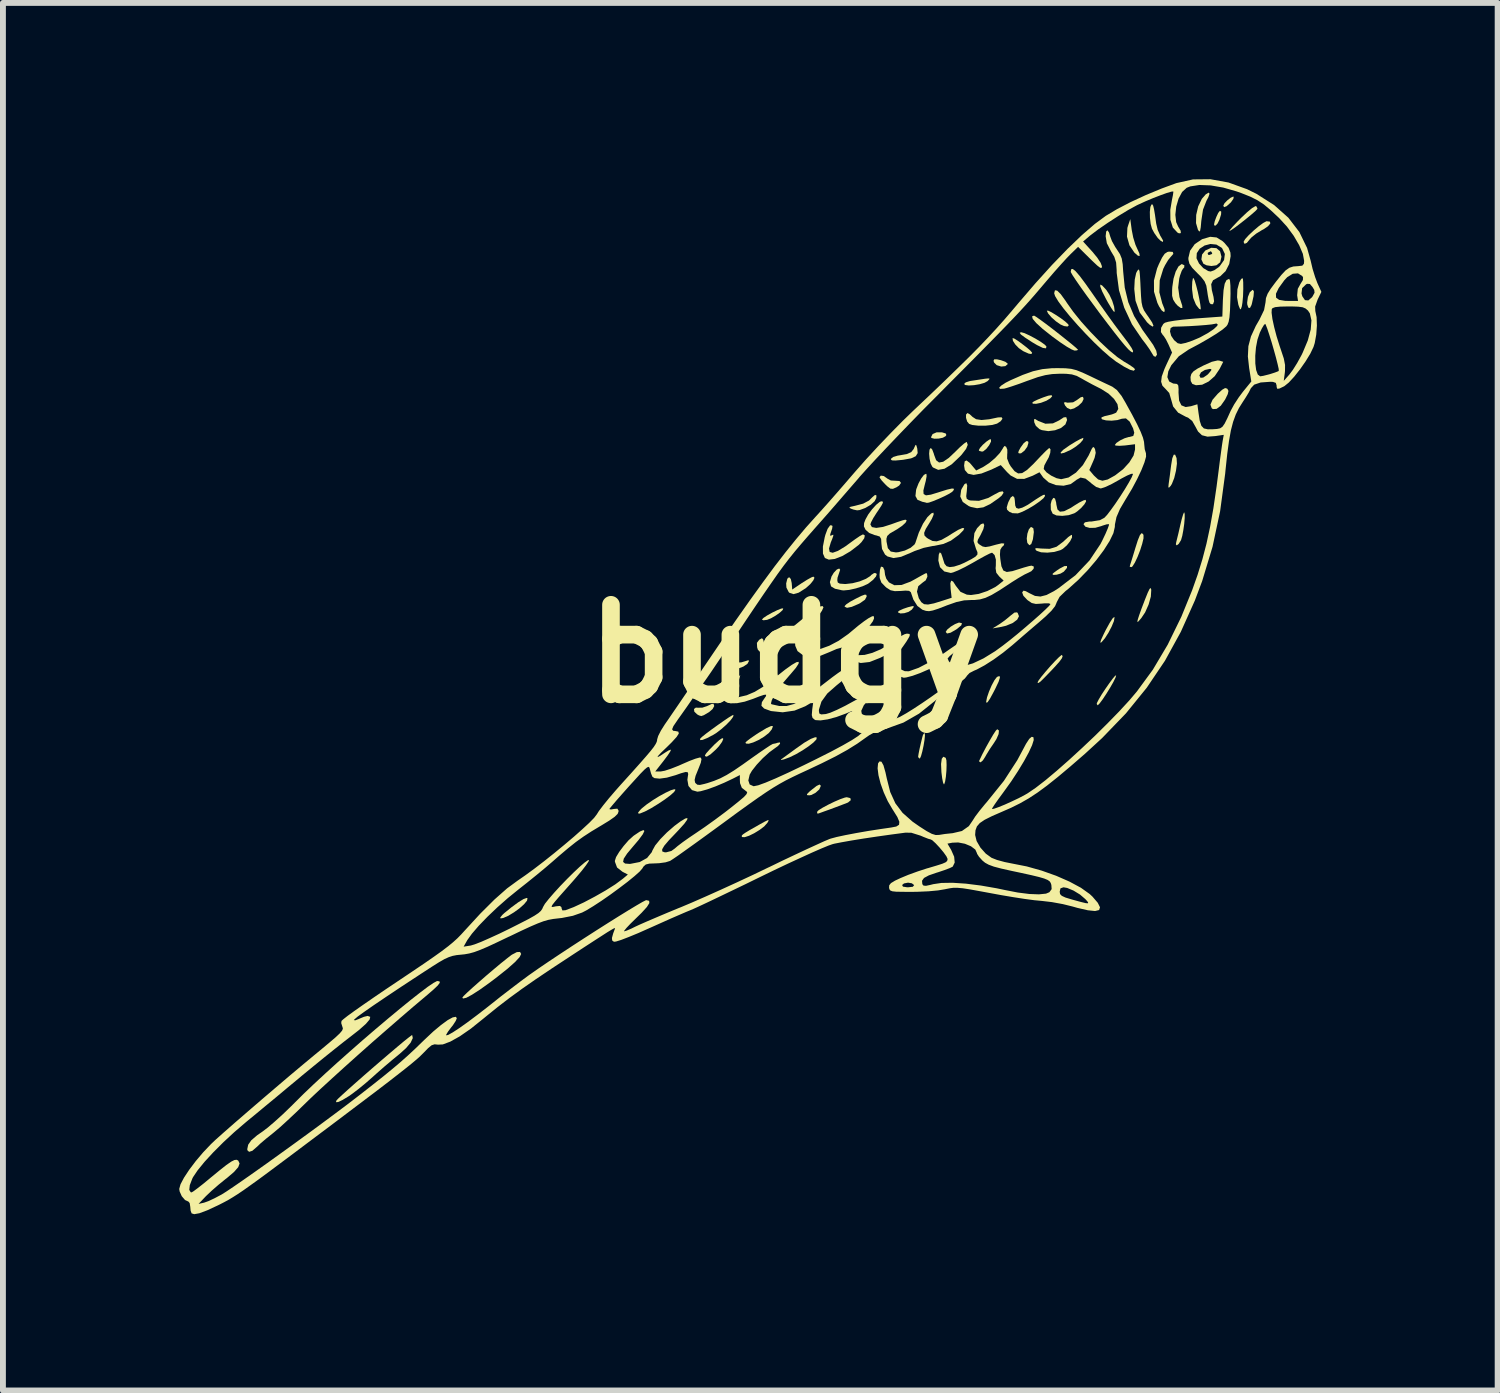
<source format=kicad_pcb>
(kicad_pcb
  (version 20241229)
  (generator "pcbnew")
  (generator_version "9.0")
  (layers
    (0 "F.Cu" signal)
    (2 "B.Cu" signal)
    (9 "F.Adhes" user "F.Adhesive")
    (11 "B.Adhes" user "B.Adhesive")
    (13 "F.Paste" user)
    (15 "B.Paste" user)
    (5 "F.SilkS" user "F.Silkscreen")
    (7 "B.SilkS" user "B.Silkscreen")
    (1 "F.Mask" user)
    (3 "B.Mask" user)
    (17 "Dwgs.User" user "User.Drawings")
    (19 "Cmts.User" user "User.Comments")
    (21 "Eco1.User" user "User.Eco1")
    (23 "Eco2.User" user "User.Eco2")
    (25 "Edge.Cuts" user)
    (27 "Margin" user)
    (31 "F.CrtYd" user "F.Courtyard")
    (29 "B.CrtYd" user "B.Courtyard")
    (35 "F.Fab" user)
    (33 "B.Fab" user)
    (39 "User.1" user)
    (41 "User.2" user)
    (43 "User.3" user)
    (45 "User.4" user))
  (footprint "budgy"
    (layer "F.Cu")
    (at 10.323 8.077)
    (property "Reference" "budgy" (at 0 0 0) (layer "F.SilkS") (effects (font (size 1.524 1.524) (thickness 0.3))))
    (attr board_only exclude_from_pos_files exclude_from_bom)
    (fp_poly (pts (xy 4.123 -3.616) (xy 4.129 -3.591) (xy 4.109 -3.524) (xy 4.061 -3.457) (xy 4.005 -3.414) (xy 3.984 -3.41) (xy 3.956 -3.417) (xy 3.962 -3.45) (xy 3.994 -3.509) (xy 4.046 -3.582) (xy 4.093 -3.62)) (stroke (width 0) (type solid)) (fill yes) (layer "F.SilkS"))
    (fp_poly (pts (xy 7.622 -7.778) (xy 7.617 -7.744) (xy 7.578 -7.688) (xy 7.57 -7.679) (xy 7.502 -7.618) (xy 7.458 -7.602) (xy 7.445 -7.627) (xy 7.465 -7.667) (xy 7.513 -7.717) (xy 7.569 -7.761) (xy 7.612 -7.781)) (stroke (width 0) (type solid)) (fill yes) (layer "F.SilkS"))
    (fp_poly (pts (xy 0.594 2.241) (xy 0.594 2.252) (xy 0.569 2.308) (xy 0.507 2.364) (xy 0.435 2.402) (xy 0.399 2.408) (xy 0.361 2.404) (xy 0.361 2.386) (xy 0.404 2.343) (xy 0.438 2.315) (xy 0.524 2.248) (xy 0.574 2.224)) (stroke (width 0) (type solid)) (fill yes) (layer "F.SilkS"))
    (fp_poly (pts (xy 2.175 -0.794) (xy 2.143 -0.751) (xy 2.088 -0.714) (xy 2.017 -0.692) (xy 1.951 -0.687) (xy 1.911 -0.704) (xy 1.908 -0.715) (xy 1.935 -0.737) (xy 1.999 -0.766) (xy 2.078 -0.793) (xy 2.15 -0.811) (xy 2.175 -0.813)) (stroke (width 0) (type solid)) (fill yes) (layer "F.SilkS"))
    (fp_poly (pts (xy 2.656 -3.77) (xy 2.659 -3.769) (xy 2.722 -3.75) (xy 2.732 -3.724) (xy 2.719 -3.704) (xy 2.673 -3.678) (xy 2.601 -3.663) (xy 2.529 -3.661) (xy 2.48 -3.673) (xy 2.471 -3.687) (xy 2.498 -3.74) (xy 2.567 -3.77)) (stroke (width 0) (type solid)) (fill yes) (layer "F.SilkS"))
    (fp_poly (pts (xy 3.492 -3.612) (xy 3.461 -3.551) (xy 3.414 -3.49) (xy 3.363 -3.448) (xy 3.34 -3.441) (xy 3.293 -3.453) (xy 3.284 -3.466) (xy 3.305 -3.504) (xy 3.353 -3.558) (xy 3.413 -3.611) (xy 3.465 -3.647) (xy 3.491 -3.652)) (stroke (width 0) (type solid)) (fill yes) (layer "F.SilkS"))
    (fp_poly (pts (xy 3.661 -4.997) (xy 3.736 -4.97) (xy 3.775 -4.94) (xy 3.776 -4.93) (xy 3.736 -4.896) (xy 3.666 -4.889) (xy 3.592 -4.912) (xy 3.589 -4.913) (xy 3.544 -4.958) (xy 3.535 -4.988) (xy 3.547 -5.012) (xy 3.593 -5.012)) (stroke (width 0) (type solid)) (fill yes) (layer "F.SilkS"))
    (fp_poly (pts (xy 4.785 -1.463) (xy 4.735 -1.403) (xy 4.729 -1.397) (xy 4.676 -1.366) (xy 4.61 -1.347) (xy 4.555 -1.343) (xy 4.536 -1.357) (xy 4.559 -1.379) (xy 4.619 -1.423) (xy 4.661 -1.451) (xy 4.741 -1.493) (xy 4.785 -1.495)) (stroke (width 0) (type solid)) (fill yes) (layer "F.SilkS"))
    (fp_poly (pts (xy 7.41 -7.525) (xy 7.407 -7.476) (xy 7.379 -7.387) (xy 7.348 -7.324) (xy 7.315 -7.288) (xy 7.292 -7.29) (xy 7.288 -7.31) (xy 7.3 -7.364) (xy 7.327 -7.436) (xy 7.358 -7.502) (xy 7.385 -7.537) (xy 7.389 -7.539)) (stroke (width 0) (type solid)) (fill yes) (layer "F.SilkS"))
    (fp_poly (pts (xy 7.966 -6.166) (xy 7.96 -6.087) (xy 7.933 -5.965) (xy 7.925 -5.936) (xy 7.899 -5.886) (xy 7.871 -5.891) (xy 7.853 -5.945) (xy 7.851 -5.977) (xy 7.864 -6.074) (xy 7.896 -6.153) (xy 7.939 -6.192) (xy 7.949 -6.194)) (stroke (width 0) (type solid)) (fill yes) (layer "F.SilkS"))
    (fp_poly (pts (xy 2.998 -0.52) (xy 2.985 -0.484) (xy 2.916 -0.426) (xy 2.899 -0.414) (xy 2.805 -0.36) (xy 2.744 -0.346) (xy 2.721 -0.373) (xy 2.721 -0.373) (xy 2.746 -0.412) (xy 2.806 -0.462) (xy 2.879 -0.506) (xy 2.942 -0.531) (xy 2.953 -0.532)) (stroke (width 0) (type solid)) (fill yes) (layer "F.SilkS"))
    (fp_poly (pts (xy 3.946 -0.696) (xy 3.968 -0.64) (xy 3.937 -0.581) (xy 3.861 -0.525) (xy 3.748 -0.478) (xy 3.643 -0.454) (xy 3.519 -0.433) (xy 3.629 -0.501) (xy 3.726 -0.569) (xy 3.816 -0.643) (xy 3.824 -0.65) (xy 3.89 -0.702) (xy 3.933 -0.706)) (stroke (width 0) (type solid)) (fill yes) (layer "F.SilkS"))
    (fp_poly (pts (xy 4.212 -2.138) (xy 4.221 -2.073) (xy 4.206 -1.956) (xy 4.203 -1.943) (xy 4.177 -1.869) (xy 4.145 -1.848) (xy 4.113 -1.884) (xy 4.109 -1.893) (xy 4.1 -1.962) (xy 4.111 -2.045) (xy 4.136 -2.118) (xy 4.169 -2.157) (xy 4.177 -2.158)) (stroke (width 0) (type solid)) (fill yes) (layer "F.SilkS"))
    (fp_poly (pts (xy 4.533 -4.383) (xy 4.501 -4.348) (xy 4.431 -4.305) (xy 4.429 -4.305) (xy 4.342 -4.272) (xy 4.261 -4.255) (xy 4.206 -4.257) (xy 4.192 -4.271) (xy 4.218 -4.294) (xy 4.287 -4.327) (xy 4.38 -4.364) (xy 4.465 -4.393) (xy 4.522 -4.402)) (stroke (width 0) (type solid)) (fill yes) (layer "F.SilkS"))
    (fp_poly (pts (xy 5.887 -7.213) (xy 5.912 -7.086) (xy 5.95 -6.962) (xy 5.976 -6.904) (xy 6.017 -6.813) (xy 6.022 -6.77) (xy 5.991 -6.776) (xy 5.932 -6.828) (xy 5.848 -6.952) (xy 5.806 -7.1) (xy 5.813 -7.249) (xy 5.823 -7.283) (xy 5.862 -7.398)) (stroke (width 0) (type solid)) (fill yes) (layer "F.SilkS"))
    (fp_poly (pts (xy -0.626 0.12) (xy -0.653 0.17) (xy -0.721 0.216) (xy -0.809 0.25) (xy -0.894 0.261) (xy -0.917 0.258) (xy -0.96 0.224) (xy -0.962 0.193) (xy -0.934 0.156) (xy -0.862 0.148) (xy -0.85 0.149) (xy -0.758 0.145) (xy -0.687 0.124) (xy -0.639 0.109)) (stroke (width 0) (type solid)) (fill yes) (layer "F.SilkS"))
    (fp_poly (pts (xy 4.521 -5.813) (xy 4.598 -5.766) (xy 4.681 -5.711) (xy 4.754 -5.656) (xy 4.803 -5.611) (xy 4.816 -5.591) (xy 4.794 -5.57) (xy 4.736 -5.578) (xy 4.676 -5.604) (xy 4.597 -5.659) (xy 4.52 -5.727) (xy 4.463 -5.794) (xy 4.442 -5.839) (xy 4.464 -5.84)) (stroke (width 0) (type solid)) (fill yes) (layer "F.SilkS"))
    (fp_poly (pts (xy 5.594 -0.619) (xy 5.584 -0.558) (xy 5.546 -0.466) (xy 5.492 -0.362) (xy 5.431 -0.266) (xy 5.373 -0.198) (xy 5.371 -0.196) (xy 5.351 -0.19) (xy 5.364 -0.236) (xy 5.409 -0.334) (xy 5.446 -0.408) (xy 5.511 -0.526) (xy 5.559 -0.601) (xy 5.588 -0.627)) (stroke (width 0) (type solid)) (fill yes) (layer "F.SilkS"))
    (fp_poly (pts (xy -4.396 4.159) (xy -4.404 4.2) (xy -4.454 4.261) (xy -4.532 4.331) (xy -4.626 4.399) (xy -4.723 4.458) (xy -4.808 4.495) (xy -4.855 4.503) (xy -4.859 4.485) (xy -4.822 4.441) (xy -4.792 4.413) (xy -4.665 4.31) (xy -4.553 4.228) (xy -4.465 4.174) (xy -4.409 4.154)) (stroke (width 0) (type solid)) (fill yes) (layer "F.SilkS"))
    (fp_poly (pts (xy -1.064 1.446) (xy -1.064 1.448) (xy -1.085 1.498) (xy -1.138 1.572) (xy -1.189 1.627) (xy -1.282 1.711) (xy -1.345 1.75) (xy -1.374 1.741) (xy -1.376 1.727) (xy -1.356 1.694) (xy -1.301 1.632) (xy -1.224 1.553) (xy -1.22 1.548) (xy -1.132 1.468) (xy -1.081 1.434)) (stroke (width 0) (type solid)) (fill yes) (layer "F.SilkS"))
    (fp_poly (pts (xy -0.044 -0.774) (xy -0.053 -0.746) (xy -0.102 -0.701) (xy -0.174 -0.65) (xy -0.252 -0.605) (xy -0.32 -0.578) (xy -0.321 -0.578) (xy -0.382 -0.571) (xy -0.407 -0.583) (xy -0.381 -0.611) (xy -0.318 -0.653) (xy -0.234 -0.7) (xy -0.148 -0.742) (xy -0.079 -0.77) (xy -0.044 -0.774)) (stroke (width 0) (type solid)) (fill yes) (layer "F.SilkS"))
    (fp_poly (pts (xy 1.37 -1.004) (xy 1.376 -0.977) (xy 1.376 -0.976) (xy 1.347 -0.921) (xy 1.263 -0.862) (xy 1.24 -0.85) (xy 1.123 -0.8) (xy 1.042 -0.783) (xy 1.003 -0.801) (xy 1.001 -0.813) (xy 1.027 -0.841) (xy 1.095 -0.887) (xy 1.189 -0.938) (xy 1.288 -0.987) (xy 1.345 -1.008)) (stroke (width 0) (type solid)) (fill yes) (layer "F.SilkS"))
    (fp_poly (pts (xy 2.721 1.77) (xy 2.733 1.812) (xy 2.736 1.892) (xy 2.733 1.992) (xy 2.724 2.092) (xy 2.711 2.173) (xy 2.696 2.218) (xy 2.69 2.221) (xy 2.676 2.192) (xy 2.661 2.118) (xy 2.648 2.013) (xy 2.648 2.011) (xy 2.642 1.874) (xy 2.654 1.786) (xy 2.681 1.751)) (stroke (width 0) (type solid)) (fill yes) (layer "F.SilkS"))
    (fp_poly (pts (xy 3.644 0.404) (xy 3.621 0.475) (xy 3.565 0.593) (xy 3.538 0.646) (xy 3.475 0.762) (xy 3.434 0.823) (xy 3.414 0.833) (xy 3.41 0.813) (xy 3.424 0.741) (xy 3.458 0.642) (xy 3.503 0.537) (xy 3.551 0.448) (xy 3.592 0.395) (xy 3.596 0.392) (xy 3.636 0.377)) (stroke (width 0) (type solid)) (fill yes) (layer "F.SilkS"))
    (fp_poly (pts (xy 4.006 -5.473) (xy 4.061 -5.458) (xy 4.146 -5.419) (xy 4.244 -5.367) (xy 4.337 -5.311) (xy 4.406 -5.262) (xy 4.435 -5.232) (xy 4.428 -5.199) (xy 4.375 -5.206) (xy 4.276 -5.254) (xy 4.196 -5.301) (xy 4.073 -5.381) (xy 4.001 -5.434) (xy 3.98 -5.464) (xy 4.004 -5.473)) (stroke (width 0) (type solid)) (fill yes) (layer "F.SilkS"))
    (fp_poly (pts (xy 5.064 -3.674) (xy 5.057 -3.642) (xy 5.012 -3.589) (xy 4.94 -3.53) (xy 4.856 -3.476) (xy 4.842 -3.469) (xy 4.737 -3.421) (xy 4.682 -3.409) (xy 4.677 -3.427) (xy 4.722 -3.473) (xy 4.819 -3.541) (xy 4.832 -3.55) (xy 4.933 -3.612) (xy 5.013 -3.656) (xy 5.059 -3.675)) (stroke (width 0) (type solid)) (fill yes) (layer "F.SilkS"))
    (fp_poly (pts (xy 5.067 -4.341) (xy 5.067 -4.335) (xy 5.042 -4.282) (xy 4.981 -4.223) (xy 4.906 -4.177) (xy 4.845 -4.16) (xy 4.787 -4.186) (xy 4.752 -4.227) (xy 4.732 -4.274) (xy 4.755 -4.283) (xy 4.794 -4.274) (xy 4.888 -4.28) (xy 4.951 -4.317) (xy 5.021 -4.367) (xy 5.057 -4.374)) (stroke (width 0) (type solid)) (fill yes) (layer "F.SilkS"))
    (fp_poly (pts (xy 5.383 -6.269) (xy 5.446 -6.202) (xy 5.455 -6.192) (xy 5.507 -6.112) (xy 5.554 -6.011) (xy 5.586 -5.911) (xy 5.596 -5.834) (xy 5.593 -5.818) (xy 5.575 -5.831) (xy 5.536 -5.889) (xy 5.481 -5.981) (xy 5.449 -6.039) (xy 5.384 -6.167) (xy 5.352 -6.249) (xy 5.351 -6.284)) (stroke (width 0) (type solid)) (fill yes) (layer "F.SilkS"))
    (fp_poly (pts (xy 7.509 -4.514) (xy 7.515 -4.509) (xy 7.533 -4.474) (xy 7.521 -4.42) (xy 7.478 -4.331) (xy 7.473 -4.323) (xy 7.403 -4.223) (xy 7.332 -4.169) (xy 7.269 -4.165) (xy 7.248 -4.18) (xy 7.226 -4.241) (xy 7.262 -4.324) (xy 7.351 -4.426) (xy 7.427 -4.495) (xy 7.476 -4.523)) (stroke (width 0) (type solid)) (fill yes) (layer "F.SilkS"))
    (fp_poly (pts (xy -0.219 1.232) (xy -0.219 1.235) (xy -0.24 1.287) (xy -0.289 1.347) (xy -0.37 1.41) (xy -0.463 1.466) (xy -0.555 1.508) (xy -0.631 1.53) (xy -0.678 1.527) (xy -0.687 1.509) (xy -0.661 1.483) (xy -0.594 1.433) (xy -0.499 1.368) (xy -0.452 1.338) (xy -0.327 1.263) (xy -0.249 1.228)) (stroke (width 0) (type solid)) (fill yes) (layer "F.SilkS"))
    (fp_poly (pts (xy 2.364 1.352) (xy 2.368 1.39) (xy 2.36 1.467) (xy 2.344 1.564) (xy 2.323 1.661) (xy 2.301 1.74) (xy 2.282 1.781) (xy 2.278 1.783) (xy 2.253 1.759) (xy 2.252 1.75) (xy 2.259 1.702) (xy 2.276 1.617) (xy 2.299 1.517) (xy 2.321 1.426) (xy 2.334 1.38) (xy 2.355 1.35)) (stroke (width 0) (type solid)) (fill yes) (layer "F.SilkS"))
    (fp_poly (pts (xy 3.467 -4.683) (xy 3.461 -4.67) (xy 3.439 -4.647) (xy 3.435 -4.642) (xy 3.381 -4.612) (xy 3.298 -4.588) (xy 3.202 -4.572) (xy 3.114 -4.567) (xy 3.052 -4.575) (xy 3.034 -4.593) (xy 3.062 -4.62) (xy 3.129 -4.641) (xy 3.144 -4.644) (xy 3.295 -4.667) (xy 3.393 -4.682) (xy 3.447 -4.687)) (stroke (width 0) (type solid)) (fill yes) (layer "F.SilkS"))
    (fp_poly (pts (xy 3.891 -5.364) (xy 3.952 -5.325) (xy 4.028 -5.269) (xy 4.104 -5.21) (xy 4.164 -5.158) (xy 4.191 -5.125) (xy 4.192 -5.123) (xy 4.179 -5.102) (xy 4.134 -5.109) (xy 4.046 -5.148) (xy 4.036 -5.154) (xy 3.966 -5.202) (xy 3.905 -5.265) (xy 3.865 -5.327) (xy 3.859 -5.37) (xy 3.862 -5.374)) (stroke (width 0) (type solid)) (fill yes) (layer "F.SilkS"))
    (fp_poly (pts (xy 6.959 -6.351) (xy 6.984 -6.267) (xy 7.011 -6.161) (xy 7.035 -6.049) (xy 7.053 -5.95) (xy 7.061 -5.881) (xy 7.059 -5.86) (xy 7.034 -5.872) (xy 6.992 -5.925) (xy 6.977 -5.948) (xy 6.932 -6.058) (xy 6.914 -6.2) (xy 6.913 -6.239) (xy 6.917 -6.332) (xy 6.927 -6.388) (xy 6.939 -6.395)) (stroke (width 0) (type solid)) (fill yes) (layer "F.SilkS"))
    (fp_poly (pts (xy 7.211 -7.831) (xy 7.191 -7.771) (xy 7.158 -7.709) (xy 7.1 -7.56) (xy 7.071 -7.369) (xy 7.061 -7.257) (xy 7.05 -7.199) (xy 7.037 -7.186) (xy 7.018 -7.21) (xy 7.014 -7.216) (xy 6.981 -7.33) (xy 6.984 -7.47) (xy 7.018 -7.615) (xy 7.08 -7.743) (xy 7.146 -7.819) (xy 7.196 -7.849)) (stroke (width 0) (type solid)) (fill yes) (layer "F.SilkS"))
    (fp_poly (pts (xy 7.779 -6.38) (xy 7.784 -6.322) (xy 7.785 -6.211) (xy 7.785 -6.209) (xy 7.781 -6.086) (xy 7.771 -5.978) (xy 7.76 -5.912) (xy 7.744 -5.865) (xy 7.731 -5.866) (xy 7.709 -5.919) (xy 7.7 -5.947) (xy 7.679 -6.069) (xy 7.685 -6.203) (xy 7.717 -6.322) (xy 7.745 -6.373) (xy 7.767 -6.394)) (stroke (width 0) (type solid)) (fill yes) (layer "F.SilkS"))
    (fp_poly (pts (xy -1.22 0.878) (xy -1.22 0.892) (xy -1.245 0.938) (xy -1.305 0.991) (xy -1.322 1.001) (xy -1.395 1.044) (xy -1.439 1.059) (xy -1.477 1.048) (xy -1.509 1.03) (xy -1.557 0.984) (xy -1.563 0.939) (xy -1.531 0.915) (xy -1.497 0.917) (xy -1.421 0.916) (xy -1.342 0.89) (xy -1.266 0.854) (xy -1.231 0.85)) (stroke (width 0) (type solid)) (fill yes) (layer "F.SilkS"))
    (fp_poly (pts (xy 1.543 -2.695) (xy 1.539 -2.65) (xy 1.512 -2.598) (xy 1.446 -2.537) (xy 1.352 -2.482) (xy 1.257 -2.447) (xy 1.213 -2.442) (xy 1.152 -2.455) (xy 1.11 -2.47) (xy 1.08 -2.487) (xy 1.099 -2.502) (xy 1.172 -2.518) (xy 1.173 -2.518) (xy 1.316 -2.556) (xy 1.416 -2.609) (xy 1.474 -2.667) (xy 1.519 -2.705)) (stroke (width 0) (type solid)) (fill yes) (layer "F.SilkS"))
    (fp_poly (pts (xy 1.665 -3.026) (xy 1.716 -2.992) (xy 1.722 -2.986) (xy 1.787 -2.95) (xy 1.856 -2.946) (xy 1.935 -2.941) (xy 1.96 -2.909) (xy 1.929 -2.864) (xy 1.883 -2.834) (xy 1.823 -2.808) (xy 1.78 -2.811) (xy 1.728 -2.85) (xy 1.694 -2.883) (xy 1.634 -2.947) (xy 1.599 -2.996) (xy 1.595 -3.007) (xy 1.617 -3.033)) (stroke (width 0) (type solid)) (fill yes) (layer "F.SilkS"))
    (fp_poly (pts (xy 5.611 0.404) (xy 5.574 0.48) (xy 5.519 0.576) (xy 5.456 0.678) (xy 5.394 0.772) (xy 5.342 0.842) (xy 5.309 0.875) (xy 5.307 0.875) (xy 5.291 0.853) (xy 5.295 0.835) (xy 5.325 0.776) (xy 5.375 0.692) (xy 5.437 0.598) (xy 5.502 0.505) (xy 5.56 0.426) (xy 5.603 0.375) (xy 5.622 0.365)) (stroke (width 0) (type solid)) (fill yes) (layer "F.SilkS"))
    (fp_poly (pts (xy 6.218 -1.096) (xy 6.219 -1.086) (xy 6.212 -0.974) (xy 6.174 -0.839) (xy 6.115 -0.706) (xy 6.051 -0.61) (xy 6.001 -0.552) (xy 5.982 -0.541) (xy 5.987 -0.573) (xy 5.993 -0.594) (xy 6.014 -0.659) (xy 6.051 -0.763) (xy 6.098 -0.886) (xy 6.112 -0.923) (xy 6.159 -1.04) (xy 6.19 -1.104) (xy 6.208 -1.121)) (stroke (width 0) (type solid)) (fill yes) (layer "F.SilkS"))
    (fp_poly (pts (xy 6.649 -3.333) (xy 6.65 -3.329) (xy 6.656 -3.237) (xy 6.64 -3.116) (xy 6.61 -2.992) (xy 6.57 -2.891) (xy 6.55 -2.859) (xy 6.52 -2.827) (xy 6.51 -2.837) (xy 6.516 -2.897) (xy 6.52 -2.925) (xy 6.535 -3.033) (xy 6.551 -3.162) (xy 6.558 -3.215) (xy 6.577 -3.328) (xy 6.601 -3.388) (xy 6.625 -3.39)) (stroke (width 0) (type solid)) (fill yes) (layer "F.SilkS"))
    (fp_poly (pts (xy 8.026 -7.581) (xy 8.022 -7.568) (xy 7.989 -7.533) (xy 7.921 -7.474) (xy 7.833 -7.402) (xy 7.738 -7.327) (xy 7.65 -7.26) (xy 7.582 -7.213) (xy 7.548 -7.195) (xy 7.558 -7.215) (xy 7.605 -7.27) (xy 7.68 -7.35) (xy 7.747 -7.418) (xy 7.85 -7.515) (xy 7.934 -7.585) (xy 7.99 -7.618) (xy 8.005 -7.619)) (stroke (width 0) (type solid)) (fill yes) (layer "F.SilkS"))
    (fp_poly (pts (xy -1.877 2.313) (xy -1.902 2.352) (xy -1.97 2.412) (xy -2.067 2.484) (xy -2.179 2.558) (xy -2.293 2.628) (xy -2.397 2.683) (xy -2.476 2.715) (xy -2.505 2.721) (xy -2.514 2.702) (xy -2.477 2.656) (xy -2.451 2.63) (xy -2.367 2.562) (xy -2.263 2.49) (xy -2.153 2.422) (xy -2.047 2.364) (xy -1.958 2.322) (xy -1.897 2.304)) (stroke (width 0) (type solid)) (fill yes) (layer "F.SilkS"))
    (fp_poly (pts (xy -0.897 1.072) (xy -0.941 1.132) (xy -1.012 1.206) (xy -1.098 1.282) (xy -1.186 1.349) (xy -1.231 1.377) (xy -1.34 1.434) (xy -1.418 1.465) (xy -1.459 1.468) (xy -1.457 1.443) (xy -1.425 1.412) (xy -1.356 1.357) (xy -1.264 1.288) (xy -1.161 1.214) (xy -1.06 1.143) (xy -0.973 1.084) (xy -0.912 1.047) (xy -0.89 1.039)) (stroke (width 0) (type solid)) (fill yes) (layer "F.SilkS"))
    (fp_poly (pts (xy -0.291 2.833) (xy -0.305 2.862) (xy -0.316 2.879) (xy -0.368 2.937) (xy -0.447 2.997) (xy -0.538 3.053) (xy -0.626 3.096) (xy -0.7 3.12) (xy -0.744 3.118) (xy -0.751 3.104) (xy -0.747 3.09) (xy -0.729 3.072) (xy -0.688 3.044) (xy -0.614 2.999) (xy -0.497 2.933) (xy -0.454 2.908) (xy -0.356 2.854) (xy -0.305 2.83)) (stroke (width 0) (type solid)) (fill yes) (layer "F.SilkS"))
    (fp_poly (pts (xy 0.527 1.424) (xy 0.52 1.457) (xy 0.47 1.509) (xy 0.387 1.574) (xy 0.284 1.643) (xy 0.173 1.708) (xy 0.064 1.761) (xy -0.028 1.795) (xy -0.031 1.796) (xy -0.083 1.807) (xy -0.08 1.796) (xy -0.052 1.776) (xy 0.003 1.736) (xy 0.088 1.674) (xy 0.167 1.616) (xy 0.313 1.513) (xy 0.426 1.447) (xy 0.5 1.419)) (stroke (width 0) (type solid)) (fill yes) (layer "F.SilkS"))
    (fp_poly (pts (xy 3.627 1.305) (xy 3.621 1.366) (xy 3.584 1.451) (xy 3.538 1.523) (xy 3.471 1.621) (xy 3.412 1.718) (xy 3.396 1.747) (xy 3.354 1.813) (xy 3.317 1.845) (xy 3.312 1.846) (xy 3.288 1.829) (xy 3.29 1.822) (xy 3.344 1.709) (xy 3.407 1.589) (xy 3.472 1.473) (xy 3.53 1.374) (xy 3.574 1.307) (xy 3.598 1.283)) (stroke (width 0) (type solid)) (fill yes) (layer "F.SilkS"))
    (fp_poly (pts (xy 4.711 0.04) (xy 4.698 0.076) (xy 4.655 0.135) (xy 4.574 0.225) (xy 4.494 0.31) (xy 4.397 0.41) (xy 4.335 0.471) (xy 4.3 0.496) (xy 4.287 0.493) (xy 4.285 0.484) (xy 4.305 0.448) (xy 4.355 0.382) (xy 4.425 0.298) (xy 4.504 0.207) (xy 4.582 0.123) (xy 4.648 0.057) (xy 4.69 0.022) (xy 4.698 0.019)) (stroke (width 0) (type solid)) (fill yes) (layer "F.SilkS"))
    (fp_poly (pts (xy 4.786 -3.984) (xy 4.786 -3.978) (xy 4.758 -3.904) (xy 4.684 -3.844) (xy 4.582 -3.805) (xy 4.467 -3.79) (xy 4.357 -3.807) (xy 4.317 -3.824) (xy 4.255 -3.88) (xy 4.228 -3.94) (xy 4.224 -3.99) (xy 4.242 -3.996) (xy 4.297 -3.963) (xy 4.418 -3.916) (xy 4.546 -3.922) (xy 4.652 -3.973) (xy 4.729 -4.024) (xy 4.772 -4.028)) (stroke (width 0) (type solid)) (fill yes) (layer "F.SilkS"))
    (fp_poly (pts (xy 6.079 -2.039) (xy 6.087 -2.02) (xy 6.087 -1.965) (xy 6.065 -1.873) (xy 6.03 -1.762) (xy 5.986 -1.65) (xy 5.941 -1.554) (xy 5.901 -1.49) (xy 5.884 -1.476) (xy 5.853 -1.481) (xy 5.858 -1.509) (xy 5.875 -1.561) (xy 5.904 -1.654) (xy 5.939 -1.769) (xy 5.944 -1.787) (xy 5.99 -1.932) (xy 6.026 -2.02) (xy 6.055 -2.054)) (stroke (width 0) (type solid)) (fill yes) (layer "F.SilkS"))
    (fp_poly (pts (xy 2.222 -3.547) (xy 2.237 -3.493) (xy 2.244 -3.416) (xy 2.211 -3.363) (xy 2.133 -3.327) (xy 2 -3.303) (xy 1.975 -3.3) (xy 1.866 -3.29) (xy 1.807 -3.292) (xy 1.788 -3.307) (xy 1.79 -3.32) (xy 1.827 -3.35) (xy 1.904 -3.373) (xy 1.942 -3.379) (xy 2.061 -3.4) (xy 2.134 -3.433) (xy 2.177 -3.488) (xy 2.188 -3.514) (xy 2.208 -3.557)) (stroke (width 0) (type solid)) (fill yes) (layer "F.SilkS"))
    (fp_poly (pts (xy 6.252 -7.625) (xy 6.266 -7.568) (xy 6.283 -7.467) (xy 6.303 -7.323) (xy 6.329 -7.214) (xy 6.373 -7.115) (xy 6.385 -7.096) (xy 6.421 -7.032) (xy 6.417 -7.009) (xy 6.378 -7.03) (xy 6.33 -7.077) (xy 6.27 -7.162) (xy 6.231 -7.235) (xy 6.209 -7.316) (xy 6.197 -7.418) (xy 6.195 -7.521) (xy 6.204 -7.605) (xy 6.223 -7.647) (xy 6.239 -7.649)) (stroke (width 0) (type solid)) (fill yes) (layer "F.SilkS"))
    (fp_poly (pts (xy 6.788 -2.381) (xy 6.788 -2.309) (xy 6.78 -2.212) (xy 6.765 -2.106) (xy 6.747 -2.009) (xy 6.727 -1.939) (xy 6.724 -1.932) (xy 6.686 -1.871) (xy 6.653 -1.846) (xy 6.638 -1.862) (xy 6.644 -1.9) (xy 6.658 -1.957) (xy 6.682 -2.054) (xy 6.709 -2.172) (xy 6.711 -2.182) (xy 6.737 -2.291) (xy 6.761 -2.371) (xy 6.777 -2.408) (xy 6.779 -2.409)) (stroke (width 0) (type solid)) (fill yes) (layer "F.SilkS"))
    (fp_poly (pts (xy 8.239 -7.355) (xy 8.245 -7.323) (xy 8.206 -7.277) (xy 8.127 -7.223) (xy 8.104 -7.212) (xy 8.006 -7.152) (xy 7.926 -7.088) (xy 7.895 -7.054) (xy 7.846 -6.994) (xy 7.807 -6.977) (xy 7.792 -7.006) (xy 7.792 -7.015) (xy 7.817 -7.058) (xy 7.878 -7.125) (xy 7.96 -7.202) (xy 8.047 -7.276) (xy 8.125 -7.333) (xy 8.178 -7.361) (xy 8.183 -7.362)) (stroke (width 0) (type solid)) (fill yes) (layer "F.SilkS"))
    (fp_poly (pts (xy 0.488 -1.295) (xy 0.467 -1.249) (xy 0.417 -1.187) (xy 0.344 -1.121) (xy 0.336 -1.115) (xy 0.219 -1.041) (xy 0.131 -1.016) (xy 0.063 -1.038) (xy 0.049 -1.051) (xy 0.01 -1.128) (xy 0.006 -1.198) (xy 0.026 -1.279) (xy 0.056 -1.305) (xy 0.085 -1.274) (xy 0.1 -1.206) (xy 0.109 -1.094) (xy 0.272 -1.204) (xy 0.363 -1.261) (xy 0.435 -1.301) (xy 0.469 -1.314)) (stroke (width 0) (type solid)) (fill yes) (layer "F.SilkS"))
    (fp_poly (pts (xy 1.098 2.455) (xy 1.106 2.49) (xy 1.06 2.529) (xy 1.042 2.537) (xy 0.961 2.568) (xy 0.858 2.607) (xy 0.748 2.648) (xy 0.647 2.684) (xy 0.573 2.711) (xy 0.54 2.721) (xy 0.54 2.721) (xy 0.532 2.697) (xy 0.532 2.689) (xy 0.558 2.661) (xy 0.627 2.618) (xy 0.722 2.567) (xy 0.827 2.516) (xy 0.927 2.473) (xy 1.005 2.446) (xy 1.037 2.44)) (stroke (width 0) (type solid)) (fill yes) (layer "F.SilkS"))
    (fp_poly (pts (xy 3.13 -4.077) (xy 3.178 -4.032) (xy 3.238 -3.993) (xy 3.33 -3.979) (xy 3.462 -3.992) (xy 3.609 -4.023) (xy 3.672 -4.026) (xy 3.687 -4.001) (xy 3.657 -3.959) (xy 3.595 -3.918) (xy 3.513 -3.895) (xy 3.398 -3.883) (xy 3.276 -3.883) (xy 3.172 -3.895) (xy 3.12 -3.913) (xy 3.086 -3.954) (xy 3.067 -4.016) (xy 3.067 -4.072) (xy 3.091 -4.098) (xy 3.092 -4.098)) (stroke (width 0) (type solid)) (fill yes) (layer "F.SilkS"))
    (fp_poly (pts (xy 4.871 -1.982) (xy 4.839 -1.917) (xy 4.783 -1.847) (xy 4.716 -1.788) (xy 4.675 -1.765) (xy 4.568 -1.734) (xy 4.45 -1.722) (xy 4.344 -1.728) (xy 4.27 -1.753) (xy 4.256 -1.765) (xy 4.242 -1.791) (xy 4.269 -1.799) (xy 4.345 -1.792) (xy 4.491 -1.787) (xy 4.608 -1.823) (xy 4.721 -1.908) (xy 4.741 -1.927) (xy 4.807 -1.988) (xy 4.855 -2.022) (xy 4.869 -2.024)) (stroke (width 0) (type solid)) (fill yes) (layer "F.SilkS"))
    (fp_poly (pts (xy 4.257 -5.737) (xy 4.327 -5.688) (xy 4.424 -5.617) (xy 4.537 -5.531) (xy 4.655 -5.439) (xy 4.768 -5.349) (xy 4.866 -5.27) (xy 4.938 -5.209) (xy 4.972 -5.175) (xy 4.974 -5.172) (xy 4.947 -5.163) (xy 4.912 -5.161) (xy 4.864 -5.18) (xy 4.779 -5.229) (xy 4.668 -5.303) (xy 4.543 -5.394) (xy 4.528 -5.405) (xy 4.372 -5.529) (xy 4.263 -5.628) (xy 4.202 -5.7) (xy 4.191 -5.743) (xy 4.224 -5.756)) (stroke (width 0) (type solid)) (fill yes) (layer "F.SilkS"))
    (fp_poly (pts (xy 6.783 -6.612) (xy 6.779 -6.572) (xy 6.76 -6.555) (xy 6.737 -6.517) (xy 6.709 -6.439) (xy 6.695 -6.385) (xy 6.677 -6.233) (xy 6.699 -6.072) (xy 6.746 -5.926) (xy 6.749 -5.886) (xy 6.721 -5.886) (xy 6.671 -5.922) (xy 6.63 -5.967) (xy 6.592 -6.027) (xy 6.574 -6.093) (xy 6.574 -6.189) (xy 6.577 -6.242) (xy 6.598 -6.385) (xy 6.635 -6.506) (xy 6.682 -6.592) (xy 6.733 -6.631) (xy 6.742 -6.632)) (stroke (width 0) (type solid)) (fill yes) (layer "F.SilkS"))
    (fp_poly (pts (xy -4.504 5.108) (xy -4.531 5.162) (xy -4.609 5.246) (xy -4.736 5.359) (xy -4.911 5.498) (xy -5.036 5.593) (xy -5.205 5.714) (xy -5.34 5.801) (xy -5.437 5.853) (xy -5.493 5.866) (xy -5.505 5.851) (xy -5.483 5.823) (xy -5.421 5.763) (xy -5.33 5.68) (xy -5.218 5.581) (xy -5.095 5.474) (xy -4.97 5.368) (xy -4.853 5.27) (xy -4.751 5.188) (xy -4.676 5.13) (xy -4.662 5.12) (xy -4.578 5.076) (xy -4.523 5.073)) (stroke (width 0) (type solid)) (fill yes) (layer "F.SilkS"))
    (fp_poly (pts (xy 6.02 -6.508) (xy 6.027 -6.434) (xy 6.034 -6.309) (xy 6.037 -6.24) (xy 6.045 -6.088) (xy 6.054 -5.982) (xy 6.07 -5.907) (xy 6.095 -5.846) (xy 6.136 -5.783) (xy 6.173 -5.731) (xy 6.234 -5.639) (xy 6.257 -5.583) (xy 6.243 -5.568) (xy 6.194 -5.599) (xy 6.148 -5.642) (xy 6.023 -5.809) (xy 5.951 -6.01) (xy 5.93 -6.209) (xy 5.938 -6.368) (xy 5.962 -6.48) (xy 5.975 -6.506) (xy 5.995 -6.536) (xy 6.01 -6.54)) (stroke (width 0) (type solid)) (fill yes) (layer "F.SilkS"))
    (fp_poly (pts (xy 4.581 -2.643) (xy 4.6 -2.577) (xy 4.604 -2.542) (xy 4.623 -2.457) (xy 4.665 -2.419) (xy 4.736 -2.427) (xy 4.843 -2.48) (xy 4.9 -2.517) (xy 4.992 -2.574) (xy 5.066 -2.611) (xy 5.103 -2.621) (xy 5.11 -2.594) (xy 5.08 -2.543) (xy 5.025 -2.481) (xy 4.958 -2.423) (xy 4.91 -2.392) (xy 4.814 -2.36) (xy 4.705 -2.348) (xy 4.606 -2.355) (xy 4.542 -2.384) (xy 4.51 -2.453) (xy 4.508 -2.548) (xy 4.523 -2.609) (xy 4.553 -2.655)) (stroke (width 0) (type solid)) (fill yes) (layer "F.SilkS"))
    (fp_poly (pts (xy 7.328 -6.904) (xy 7.39 -6.851) (xy 7.414 -6.758) (xy 7.414 -6.757) (xy 7.392 -6.663) (xy 7.327 -6.612) (xy 7.242 -6.6) (xy 7.161 -6.612) (xy 7.107 -6.638) (xy 7.072 -6.712) (xy 7.084 -6.796) (xy 7.103 -6.819) (xy 7.179 -6.819) (xy 7.186 -6.792) (xy 7.208 -6.788) (xy 7.251 -6.804) (xy 7.257 -6.819) (xy 7.235 -6.85) (xy 7.228 -6.85) (xy 7.185 -6.828) (xy 7.179 -6.819) (xy 7.103 -6.819) (xy 7.139 -6.864) (xy 7.24 -6.91)) (stroke (width 0) (type solid)) (fill yes) (layer "F.SilkS"))
    (fp_poly (pts (xy 3.087 -2.864) (xy 3.08 -2.77) (xy 3.07 -2.683) (xy 3.079 -2.639) (xy 3.114 -2.617) (xy 3.142 -2.61) (xy 3.287 -2.604) (xy 3.446 -2.653) (xy 3.546 -2.709) (xy 3.635 -2.756) (xy 3.69 -2.766) (xy 3.706 -2.742) (xy 3.673 -2.692) (xy 3.623 -2.649) (xy 3.479 -2.549) (xy 3.361 -2.493) (xy 3.255 -2.478) (xy 3.149 -2.5) (xy 3.112 -2.515) (xy 3.012 -2.584) (xy 2.969 -2.677) (xy 2.984 -2.788) (xy 2.994 -2.81) (xy 3.04 -2.887) (xy 3.072 -2.905)) (stroke (width 0) (type solid)) (fill yes) (layer "F.SilkS"))
    (fp_poly (pts (xy 6.585 -6.84) (xy 6.595 -6.807) (xy 6.549 -6.754) (xy 6.548 -6.753) (xy 6.506 -6.701) (xy 6.454 -6.614) (xy 6.424 -6.553) (xy 6.363 -6.356) (xy 6.357 -6.153) (xy 6.407 -5.962) (xy 6.412 -5.951) (xy 6.445 -5.867) (xy 6.448 -5.827) (xy 6.431 -5.818) (xy 6.396 -5.845) (xy 6.352 -5.913) (xy 6.323 -5.973) (xy 6.266 -6.163) (xy 6.265 -6.354) (xy 6.318 -6.558) (xy 6.349 -6.632) (xy 6.403 -6.743) (xy 6.447 -6.808) (xy 6.491 -6.838) (xy 6.52 -6.845)) (stroke (width 0) (type solid)) (fill yes) (layer "F.SilkS"))
    (fp_poly (pts (xy 3.079 -3.605) (xy 3.096 -3.557) (xy 3.068 -3.488) (xy 2.993 -3.39) (xy 2.965 -3.36) (xy 2.824 -3.226) (xy 2.7 -3.15) (xy 2.593 -3.131) (xy 2.506 -3.171) (xy 2.492 -3.185) (xy 2.464 -3.241) (xy 2.446 -3.321) (xy 2.439 -3.406) (xy 2.445 -3.474) (xy 2.466 -3.503) (xy 2.468 -3.503) (xy 2.492 -3.476) (xy 2.518 -3.408) (xy 2.524 -3.386) (xy 2.558 -3.295) (xy 2.608 -3.256) (xy 2.678 -3.269) (xy 2.773 -3.334) (xy 2.88 -3.435) (xy 2.964 -3.518) (xy 3.033 -3.578) (xy 3.073 -3.605)) (stroke (width 0) (type solid)) (fill yes) (layer "F.SilkS"))
    (fp_poly (pts (xy 7.379 -4.99) (xy 7.444 -4.97) (xy 7.382 -4.848) (xy 7.299 -4.725) (xy 7.195 -4.634) (xy 7.085 -4.58) (xy 6.98 -4.571) (xy 6.918 -4.594) (xy 6.891 -4.643) (xy 6.887 -4.711) (xy 6.894 -4.738) (xy 7.038 -4.738) (xy 7.057 -4.697) (xy 7.105 -4.702) (xy 7.173 -4.748) (xy 7.195 -4.77) (xy 7.239 -4.823) (xy 7.241 -4.845) (xy 7.214 -4.849) (xy 7.132 -4.831) (xy 7.065 -4.79) (xy 7.038 -4.738) (xy 6.894 -4.738) (xy 6.901 -4.763) (xy 6.937 -4.807) (xy 7.008 -4.855) (xy 7.106 -4.906) (xy 7.249 -4.97) (xy 7.348 -4.993)) (stroke (width 0) (type solid)) (fill yes) (layer "F.SilkS"))
    (fp_poly (pts (xy -6.348 6.539) (xy -6.384 6.616) (xy -6.462 6.709) (xy -6.575 6.811) (xy -6.577 6.812) (xy -6.688 6.903) (xy -6.824 7.018) (xy -6.961 7.138) (xy -7.023 7.194) (xy -7.146 7.302) (xy -7.274 7.407) (xy -7.386 7.492) (xy -7.436 7.527) (xy -7.543 7.592) (xy -7.618 7.627) (xy -7.655 7.63) (xy -7.649 7.603) (xy -7.619 7.57) (xy -7.549 7.505) (xy -7.449 7.414) (xy -7.325 7.304) (xy -7.184 7.18) (xy -7.035 7.05) (xy -6.884 6.92) (xy -6.739 6.796) (xy -6.608 6.685) (xy -6.497 6.592) (xy -6.414 6.526) (xy -6.367 6.491) (xy -6.359 6.487)) (stroke (width 0) (type solid)) (fill yes) (layer "F.SilkS"))
    (fp_poly (pts (xy 4.41 -2.694) (xy 4.411 -2.686) (xy 4.385 -2.648) (xy 4.319 -2.593) (xy 4.227 -2.529) (xy 4.125 -2.468) (xy 4.028 -2.419) (xy 3.952 -2.391) (xy 3.948 -2.39) (xy 3.856 -2.394) (xy 3.803 -2.418) (xy 3.766 -2.452) (xy 3.759 -2.491) (xy 3.779 -2.559) (xy 3.788 -2.584) (xy 3.828 -2.662) (xy 3.865 -2.687) (xy 3.89 -2.658) (xy 3.897 -2.612) (xy 3.904 -2.524) (xy 3.922 -2.483) (xy 3.958 -2.471) (xy 3.965 -2.471) (xy 4.025 -2.488) (xy 4.107 -2.53) (xy 4.13 -2.544) (xy 4.253 -2.627) (xy 4.334 -2.678) (xy 4.381 -2.704) (xy 4.404 -2.708)) (stroke (width 0) (type solid)) (fill yes) (layer "F.SilkS"))
    (fp_poly (pts (xy 4.618 -6.181) (xy 4.678 -6.122) (xy 4.76 -6.009) (xy 4.786 -5.969) (xy 4.893 -5.819) (xy 5.028 -5.652) (xy 5.182 -5.481) (xy 5.342 -5.316) (xy 5.499 -5.169) (xy 5.641 -5.051) (xy 5.751 -4.976) (xy 5.846 -4.919) (xy 5.915 -4.872) (xy 5.943 -4.844) (xy 5.943 -4.843) (xy 5.923 -4.818) (xy 5.861 -4.833) (xy 5.755 -4.888) (xy 5.621 -4.973) (xy 5.514 -5.055) (xy 5.387 -5.166) (xy 5.249 -5.298) (xy 5.106 -5.444) (xy 4.966 -5.595) (xy 4.836 -5.743) (xy 4.724 -5.88) (xy 4.637 -5.998) (xy 4.582 -6.089) (xy 4.567 -6.137) (xy 4.58 -6.187)) (stroke (width 0) (type solid)) (fill yes) (layer "F.SilkS"))
    (fp_poly (pts (xy 2.393 -3.06) (xy 2.396 -3.022) (xy 2.382 -2.944) (xy 2.365 -2.879) (xy 2.341 -2.779) (xy 2.345 -2.72) (xy 2.385 -2.697) (xy 2.468 -2.709) (xy 2.6 -2.749) (xy 2.602 -2.75) (xy 2.742 -2.794) (xy 2.829 -2.814) (xy 2.864 -2.808) (xy 2.851 -2.778) (xy 2.83 -2.756) (xy 2.782 -2.725) (xy 2.701 -2.683) (xy 2.604 -2.639) (xy 2.51 -2.6) (xy 2.436 -2.574) (xy 2.4 -2.569) (xy 2.368 -2.578) (xy 2.325 -2.587) (xy 2.241 -2.621) (xy 2.206 -2.686) (xy 2.217 -2.788) (xy 2.222 -2.807) (xy 2.259 -2.902) (xy 2.305 -2.986) (xy 2.35 -3.045) (xy 2.386 -3.064)) (stroke (width 0) (type solid)) (fill yes) (layer "F.SilkS"))
    (fp_poly (pts (xy 4.93 -6.513) (xy 5.002 -6.43) (xy 5.099 -6.3) (xy 5.226 -6.12) (xy 5.237 -6.104) (xy 5.354 -5.936) (xy 5.476 -5.764) (xy 5.592 -5.603) (xy 5.69 -5.472) (xy 5.721 -5.431) (xy 5.821 -5.299) (xy 5.883 -5.208) (xy 5.91 -5.154) (xy 5.905 -5.132) (xy 5.896 -5.13) (xy 5.865 -5.15) (xy 5.826 -5.185) (xy 5.769 -5.249) (xy 5.687 -5.348) (xy 5.587 -5.475) (xy 5.474 -5.622) (xy 5.354 -5.78) (xy 5.235 -5.941) (xy 5.121 -6.096) (xy 5.02 -6.237) (xy 4.937 -6.357) (xy 4.878 -6.446) (xy 4.85 -6.496) (xy 4.849 -6.503) (xy 4.857 -6.546) (xy 4.883 -6.55)) (stroke (width 0) (type solid)) (fill yes) (layer "F.SilkS"))
    (fp_poly (pts (xy 0.925 -1.43) (xy 0.907 -1.377) (xy 0.88 -1.296) (xy 0.876 -1.253) (xy 0.884 -1.214) (xy 0.918 -1.195) (xy 0.996 -1.189) (xy 1.024 -1.189) (xy 1.136 -1.202) (xy 1.257 -1.233) (xy 1.364 -1.277) (xy 1.438 -1.324) (xy 1.453 -1.342) (xy 1.5 -1.373) (xy 1.52 -1.376) (xy 1.549 -1.36) (xy 1.535 -1.317) (xy 1.486 -1.26) (xy 1.41 -1.2) (xy 1.394 -1.19) (xy 1.307 -1.15) (xy 1.194 -1.114) (xy 1.078 -1.088) (xy 0.984 -1.079) (xy 0.953 -1.082) (xy 0.902 -1.094) (xy 0.837 -1.108) (xy 0.77 -1.148) (xy 0.75 -1.22) (xy 0.778 -1.317) (xy 0.816 -1.38) (xy 0.868 -1.435) (xy 0.909 -1.452)) (stroke (width 0) (type solid)) (fill yes) (layer "F.SilkS"))
    (fp_poly (pts (xy 5.5 -7.171) (xy 5.521 -7.102) (xy 5.551 -7.022) (xy 5.606 -6.924) (xy 5.636 -6.879) (xy 5.687 -6.801) (xy 5.717 -6.726) (xy 5.733 -6.631) (xy 5.741 -6.51) (xy 5.768 -6.232) (xy 5.828 -5.984) (xy 5.927 -5.749) (xy 6.072 -5.51) (xy 6.154 -5.396) (xy 6.251 -5.259) (xy 6.304 -5.159) (xy 6.317 -5.092) (xy 6.292 -5.055) (xy 6.261 -5.067) (xy 6.231 -5.115) (xy 6.193 -5.178) (xy 6.129 -5.269) (xy 6.062 -5.356) (xy 5.891 -5.608) (xy 5.759 -5.891) (xy 5.67 -6.188) (xy 5.631 -6.482) (xy 5.63 -6.534) (xy 5.621 -6.659) (xy 5.59 -6.757) (xy 5.536 -6.847) (xy 5.463 -6.988) (xy 5.443 -7.107) (xy 5.452 -7.187) (xy 5.473 -7.208)) (stroke (width 0) (type solid)) (fill yes) (layer "F.SilkS"))
    (fp_poly (pts (xy 0.795 -2.177) (xy 0.788 -2.129) (xy 0.781 -2.109) (xy 0.756 -2.035) (xy 0.756 -2.008) (xy 0.782 -2.017) (xy 0.782 -2.018) (xy 0.806 -2.028) (xy 0.809 -2.01) (xy 0.788 -1.951) (xy 0.765 -1.895) (xy 0.735 -1.792) (xy 0.746 -1.734) (xy 0.798 -1.72) (xy 0.887 -1.752) (xy 1.012 -1.828) (xy 1.079 -1.877) (xy 1.178 -1.949) (xy 1.259 -2.004) (xy 1.309 -2.031) (xy 1.315 -2.033) (xy 1.345 -2.014) (xy 1.334 -1.965) (xy 1.286 -1.899) (xy 1.242 -1.855) (xy 1.099 -1.745) (xy 0.96 -1.664) (xy 0.834 -1.615) (xy 0.732 -1.603) (xy 0.665 -1.631) (xy 0.632 -1.706) (xy 0.631 -1.826) (xy 0.662 -1.984) (xy 0.674 -2.028) (xy 0.711 -2.127) (xy 0.75 -2.182) (xy 0.767 -2.19)) (stroke (width 0) (type solid)) (fill yes) (layer "F.SilkS"))
    (fp_poly (pts (xy -5.892 5.575) (xy -5.889 5.599) (xy -5.924 5.645) (xy -6.001 5.718) (xy -6.123 5.823) (xy -6.139 5.836) (xy -6.337 6.003) (xy -6.558 6.193) (xy -6.794 6.398) (xy -7.038 6.611) (xy -7.28 6.826) (xy -7.513 7.035) (xy -7.73 7.232) (xy -7.923 7.409) (xy -8.083 7.559) (xy -8.197 7.67) (xy -8.336 7.805) (xy -8.477 7.937) (xy -8.605 8.054) (xy -8.71 8.143) (xy -8.743 8.17) (xy -8.847 8.253) (xy -8.941 8.333) (xy -9.005 8.394) (xy -9.007 8.395) (xy -9.078 8.457) (xy -9.134 8.475) (xy -9.163 8.448) (xy -9.165 8.428) (xy -9.149 8.353) (xy -9.096 8.278) (xy -8.997 8.193) (xy -8.906 8.13) (xy -8.815 8.061) (xy -8.695 7.958) (xy -8.557 7.833) (xy -8.416 7.697) (xy -8.352 7.633) (xy -8.207 7.489) (xy -8.036 7.326) (xy -7.845 7.149) (xy -7.638 6.961) (xy -7.422 6.769) (xy -7.202 6.576) (xy -6.982 6.387) (xy -6.769 6.207) (xy -6.569 6.041) (xy -6.386 5.892) (xy -6.225 5.766) (xy -6.094 5.667) (xy -5.995 5.6) (xy -5.937 5.569) (xy -5.928 5.568)) (stroke (width 0) (type solid)) (fill yes) (layer "F.SilkS"))
    (fp_poly (pts (xy 7.331 -7.086) (xy 7.433 -7.023) (xy 7.464 -6.994) (xy 7.535 -6.91) (xy 7.566 -6.829) (xy 7.57 -6.768) (xy 7.546 -6.634) (xy 7.484 -6.513) (xy 7.394 -6.426) (xy 7.349 -6.402) (xy 7.27 -6.357) (xy 7.239 -6.29) (xy 7.25 -6.189) (xy 7.257 -6.162) (xy 7.279 -6.073) (xy 7.288 -6.002) (xy 7.288 -5.998) (xy 7.27 -5.95) (xy 7.231 -5.951) (xy 7.211 -5.974) (xy 7.197 -6.02) (xy 7.181 -6.106) (xy 7.172 -6.169) (xy 7.156 -6.267) (xy 7.125 -6.341) (xy 7.067 -6.415) (xy 7.002 -6.48) (xy 6.916 -6.569) (xy 6.869 -6.638) (xy 6.852 -6.705) (xy 6.851 -6.732) (xy 6.989 -6.732) (xy 7.032 -6.643) (xy 7.105 -6.564) (xy 7.189 -6.514) (xy 7.23 -6.506) (xy 7.291 -6.528) (xy 7.366 -6.58) (xy 7.385 -6.598) (xy 7.458 -6.702) (xy 7.472 -6.805) (xy 7.427 -6.899) (xy 7.414 -6.913) (xy 7.327 -6.965) (xy 7.226 -6.975) (xy 7.127 -6.949) (xy 7.044 -6.895) (xy 6.994 -6.819) (xy 6.989 -6.732) (xy 6.851 -6.732) (xy 6.85 -6.734) (xy 6.88 -6.861) (xy 6.96 -6.973) (xy 7.081 -7.054) (xy 7.089 -7.058) (xy 7.223 -7.097)) (stroke (width 0) (type solid)) (fill yes) (layer "F.SilkS"))
    (fp_poly (pts (xy 1.65 -2.591) (xy 1.652 -2.57) (xy 1.626 -2.521) (xy 1.569 -2.434) (xy 1.548 -2.404) (xy 1.49 -2.313) (xy 1.451 -2.239) (xy 1.439 -2.202) (xy 1.465 -2.157) (xy 1.539 -2.143) (xy 1.654 -2.16) (xy 1.792 -2.204) (xy 1.9 -2.243) (xy 1.987 -2.272) (xy 2.034 -2.283) (xy 2.036 -2.283) (xy 2.058 -2.269) (xy 2.036 -2.23) (xy 1.979 -2.178) (xy 1.894 -2.12) (xy 1.858 -2.099) (xy 1.77 -2.048) (xy 1.726 -2.006) (xy 1.712 -1.958) (xy 1.714 -1.909) (xy 1.736 -1.799) (xy 1.786 -1.741) (xy 1.873 -1.726) (xy 1.916 -1.73) (xy 2.026 -1.758) (xy 2.124 -1.805) (xy 2.189 -1.86) (xy 2.204 -1.886) (xy 2.263 -2.062) (xy 2.335 -2.215) (xy 2.408 -2.324) (xy 2.41 -2.327) (xy 2.476 -2.39) (xy 2.512 -2.403) (xy 2.516 -2.371) (xy 2.486 -2.299) (xy 2.444 -2.227) (xy 2.381 -2.125) (xy 2.354 -2.058) (xy 2.36 -2.013) (xy 2.399 -1.975) (xy 2.423 -1.959) (xy 2.496 -1.921) (xy 2.567 -1.914) (xy 2.65 -1.94) (xy 2.76 -2.002) (xy 2.828 -2.046) (xy 2.934 -2.11) (xy 3.005 -2.141) (xy 3.036 -2.138) (xy 3.023 -2.104) (xy 2.96 -2.039) (xy 2.937 -2.019) (xy 2.809 -1.926) (xy 2.682 -1.87) (xy 2.527 -1.838) (xy 2.493 -1.834) (xy 2.348 -1.804) (xy 2.193 -1.75) (xy 2.126 -1.72) (xy 1.961 -1.651) (xy 1.831 -1.63) (xy 1.731 -1.657) (xy 1.689 -1.689) (xy 1.637 -1.785) (xy 1.627 -1.875) (xy 1.622 -1.956) (xy 1.598 -1.996) (xy 1.537 -2.016) (xy 1.515 -2.02) (xy 1.419 -2.057) (xy 1.357 -2.112) (xy 1.329 -2.169) (xy 1.332 -2.225) (xy 1.356 -2.288) (xy 1.402 -2.371) (xy 1.468 -2.46) (xy 1.537 -2.536) (xy 1.598 -2.586) (xy 1.625 -2.596)) (stroke (width 0) (type solid)) (fill yes) (layer "F.SilkS"))
    (fp_poly (pts (xy 3.377 -2.191) (xy 3.362 -2.123) (xy 3.315 -2.024) (xy 3.31 -2.015) (xy 3.269 -1.942) (xy 3.26 -1.901) (xy 3.28 -1.872) (xy 3.301 -1.857) (xy 3.349 -1.827) (xy 3.398 -1.817) (xy 3.468 -1.828) (xy 3.577 -1.858) (xy 3.673 -1.881) (xy 3.718 -1.877) (xy 3.709 -1.846) (xy 3.677 -1.816) (xy 3.65 -1.771) (xy 3.644 -1.69) (xy 3.65 -1.616) (xy 3.669 -1.491) (xy 3.702 -1.418) (xy 3.76 -1.393) (xy 3.854 -1.407) (xy 3.945 -1.435) (xy 4.052 -1.469) (xy 4.138 -1.493) (xy 4.182 -1.501) (xy 4.221 -1.485) (xy 4.217 -1.448) (xy 4.178 -1.406) (xy 4.131 -1.382) (xy 4.063 -1.35) (xy 3.962 -1.292) (xy 3.847 -1.22) (xy 3.811 -1.196) (xy 3.639 -1.083) (xy 3.506 -1.004) (xy 3.398 -0.953) (xy 3.303 -0.926) (xy 3.209 -0.916) (xy 3.156 -0.916) (xy 3.034 -0.91) (xy 2.902 -0.881) (xy 2.739 -0.824) (xy 2.73 -0.82) (xy 2.595 -0.768) (xy 2.502 -0.738) (xy 2.437 -0.726) (xy 2.385 -0.731) (xy 2.33 -0.749) (xy 2.324 -0.751) (xy 2.239 -0.815) (xy 2.171 -0.923) (xy 2.143 -1.003) (xy 2.127 -1.05) (xy 2.097 -1.072) (xy 2.035 -1.076) (xy 1.959 -1.07) (xy 1.854 -1.067) (xy 1.783 -1.082) (xy 1.716 -1.124) (xy 1.696 -1.141) (xy 1.626 -1.213) (xy 1.598 -1.29) (xy 1.595 -1.346) (xy 1.602 -1.428) (xy 1.618 -1.479) (xy 1.623 -1.484) (xy 1.655 -1.475) (xy 1.679 -1.422) (xy 1.689 -1.343) (xy 1.71 -1.278) (xy 1.755 -1.216) (xy 1.846 -1.168) (xy 1.969 -1.172) (xy 2.123 -1.229) (xy 2.214 -1.279) (xy 2.304 -1.33) (xy 2.369 -1.365) (xy 2.394 -1.376) (xy 2.406 -1.35) (xy 2.409 -1.313) (xy 2.381 -1.251) (xy 2.33 -1.214) (xy 2.254 -1.151) (xy 2.232 -1.059) (xy 2.263 -0.947) (xy 2.266 -0.942) (xy 2.306 -0.879) (xy 2.353 -0.845) (xy 2.42 -0.839) (xy 2.521 -0.859) (xy 2.654 -0.9) (xy 2.822 -0.954) (xy 2.805 -1.102) (xy 2.8 -1.203) (xy 2.815 -1.246) (xy 2.847 -1.23) (xy 2.893 -1.158) (xy 2.972 -1.056) (xy 3.081 -1.007) (xy 3.152 -1.001) (xy 3.283 -1.02) (xy 3.43 -1.069) (xy 3.565 -1.137) (xy 3.613 -1.171) (xy 3.707 -1.246) (xy 3.633 -1.316) (xy 3.582 -1.38) (xy 3.57 -1.456) (xy 3.574 -1.501) (xy 3.575 -1.603) (xy 3.553 -1.681) (xy 3.514 -1.719) (xy 3.504 -1.72) (xy 3.468 -1.706) (xy 3.389 -1.666) (xy 3.282 -1.607) (xy 3.179 -1.548) (xy 3.051 -1.478) (xy 2.935 -1.421) (xy 2.848 -1.386) (xy 2.808 -1.376) (xy 2.697 -1.402) (xy 2.624 -1.475) (xy 2.596 -1.587) (xy 2.596 -1.592) (xy 2.603 -1.689) (xy 2.62 -1.728) (xy 2.644 -1.708) (xy 2.672 -1.626) (xy 2.673 -1.62) (xy 2.701 -1.533) (xy 2.736 -1.491) (xy 2.789 -1.476) (xy 2.863 -1.485) (xy 2.964 -1.517) (xy 3.039 -1.55) (xy 3.158 -1.611) (xy 3.229 -1.655) (xy 3.261 -1.691) (xy 3.261 -1.73) (xy 3.239 -1.781) (xy 3.237 -1.785) (xy 3.195 -1.922) (xy 3.209 -2.054) (xy 3.255 -2.139) (xy 3.32 -2.206) (xy 3.362 -2.221)) (stroke (width 0) (type solid)) (fill yes) (layer "F.SilkS"))
    (fp_poly (pts (xy 7.534 -8.021) (xy 7.85 -7.907) (xy 8.008 -7.829) (xy 8.309 -7.638) (xy 8.553 -7.421) (xy 8.74 -7.177) (xy 8.871 -6.907) (xy 8.932 -6.69) (xy 8.965 -6.55) (xy 9.008 -6.411) (xy 9.046 -6.31) (xy 9.114 -6.16) (xy 9.05 -6.028) (xy 9.008 -5.91) (xy 9.011 -5.834) (xy 9.033 -5.729) (xy 9.038 -5.587) (xy 9.027 -5.433) (xy 9.001 -5.289) (xy 8.98 -5.222) (xy 8.926 -5.109) (xy 8.846 -4.978) (xy 8.751 -4.842) (xy 8.652 -4.717) (xy 8.56 -4.617) (xy 8.485 -4.556) (xy 8.478 -4.552) (xy 8.401 -4.515) (xy 8.364 -4.51) (xy 8.353 -4.54) (xy 8.352 -4.567) (xy 8.339 -4.611) (xy 8.29 -4.628) (xy 8.246 -4.63) (xy 8.081 -4.618) (xy 7.971 -4.581) (xy 7.914 -4.52) (xy 7.913 -4.517) (xy 7.88 -4.451) (xy 7.824 -4.359) (xy 7.777 -4.287) (xy 7.711 -4.182) (xy 7.657 -4.072) (xy 7.612 -3.948) (xy 7.574 -3.802) (xy 7.542 -3.622) (xy 7.512 -3.401) (xy 7.483 -3.129) (xy 7.477 -3.066) (xy 7.391 -2.427) (xy 7.262 -1.822) (xy 7.086 -1.24) (xy 6.961 -0.907) (xy 6.722 -0.374) (xy 6.452 0.118) (xy 6.143 0.576) (xy 5.789 1.012) (xy 5.383 1.433) (xy 5.09 1.702) (xy 4.842 1.917) (xy 4.63 2.095) (xy 4.447 2.241) (xy 4.284 2.361) (xy 4.133 2.46) (xy 3.986 2.544) (xy 3.835 2.619) (xy 3.687 2.684) (xy 3.51 2.761) (xy 3.384 2.824) (xy 3.301 2.88) (xy 3.252 2.937) (xy 3.228 3.002) (xy 3.222 3.082) (xy 3.222 3.083) (xy 3.247 3.186) (xy 3.312 3.298) (xy 3.403 3.4) (xy 3.501 3.471) (xy 3.595 3.508) (xy 3.724 3.543) (xy 3.853 3.569) (xy 4.101 3.618) (xy 4.354 3.689) (xy 4.601 3.777) (xy 4.827 3.876) (xy 5.022 3.981) (xy 5.172 4.088) (xy 5.218 4.131) (xy 5.309 4.237) (xy 5.347 4.313) (xy 5.332 4.36) (xy 5.263 4.377) (xy 5.139 4.364) (xy 4.961 4.323) (xy 4.88 4.3) (xy 4.714 4.259) (xy 4.528 4.225) (xy 4.359 4.205) (xy 4.348 4.204) (xy 4.23 4.193) (xy 4.065 4.171) (xy 3.872 4.141) (xy 3.664 4.106) (xy 3.491 4.074) (xy 3.285 4.036) (xy 3.13 4.008) (xy 3.014 3.99) (xy 2.926 3.982) (xy 2.857 3.981) (xy 2.795 3.989) (xy 2.728 4.002) (xy 2.709 4.006) (xy 2.591 4.026) (xy 2.431 4.041) (xy 2.251 4.049) (xy 2.143 4.051) (xy 1.984 4.05) (xy 1.878 4.048) (xy 1.813 4.041) (xy 1.778 4.027) (xy 1.763 4.006) (xy 1.757 3.98) (xy 1.76 3.938) (xy 1.764 3.934) (xy 1.979 3.934) (xy 1.994 3.962) (xy 2.067 3.973) (xy 2.08 3.973) (xy 2.161 3.964) (xy 2.183 3.938) (xy 2.182 3.934) (xy 2.145 3.905) (xy 2.08 3.894) (xy 2.012 3.907) (xy 1.979 3.934) (xy 1.764 3.934) (xy 1.789 3.902) (xy 1.855 3.862) (xy 2.318 3.862) (xy 2.323 3.918) (xy 2.325 3.922) (xy 2.343 3.944) (xy 2.385 3.948) (xy 2.465 3.931) (xy 2.508 3.92) (xy 2.648 3.899) (xy 2.838 3.896) (xy 3.065 3.911) (xy 3.319 3.943) (xy 3.589 3.99) (xy 3.722 4.018) (xy 3.947 4.062) (xy 4.145 4.087) (xy 4.308 4.093) (xy 4.428 4.081) (xy 4.485 4.057) (xy 4.492 4.048) (xy 4.661 4.048) (xy 4.667 4.088) (xy 4.696 4.118) (xy 4.758 4.147) (xy 4.867 4.18) (xy 4.888 4.186) (xy 5.023 4.223) (xy 5.105 4.243) (xy 5.143 4.245) (xy 5.144 4.228) (xy 5.114 4.192) (xy 5.096 4.173) (xy 5.006 4.096) (xy 4.896 4.029) (xy 4.788 3.984) (xy 4.725 3.973) (xy 4.674 3.991) (xy 4.661 4.048) (xy 4.492 4.048) (xy 4.524 4.004) (xy 4.519 3.933) (xy 4.508 3.899) (xy 4.49 3.872) (xy 4.456 3.848) (xy 4.398 3.824) (xy 4.309 3.798) (xy 4.181 3.767) (xy 4.004 3.728) (xy 3.839 3.693) (xy 3.665 3.654) (xy 3.54 3.621) (xy 3.453 3.589) (xy 3.391 3.555) (xy 3.346 3.518) (xy 3.288 3.454) (xy 3.255 3.403) (xy 3.253 3.393) (xy 3.225 3.331) (xy 3.151 3.275) (xy 3.048 3.232) (xy 2.934 3.21) (xy 2.833 3.214) (xy 2.751 3.23) (xy 2.814 3.337) (xy 2.865 3.453) (xy 2.874 3.552) (xy 2.841 3.62) (xy 2.839 3.622) (xy 2.791 3.646) (xy 2.701 3.68) (xy 2.588 3.718) (xy 2.57 3.723) (xy 2.434 3.77) (xy 2.352 3.814) (xy 2.318 3.862) (xy 1.855 3.862) (xy 1.856 3.861) (xy 1.952 3.816) (xy 2.084 3.761) (xy 2.244 3.703) (xy 2.403 3.651) (xy 2.426 3.645) (xy 2.57 3.602) (xy 2.664 3.572) (xy 2.719 3.548) (xy 2.745 3.526) (xy 2.752 3.501) (xy 2.753 3.49) (xy 2.733 3.446) (xy 2.683 3.376) (xy 2.617 3.297) (xy 2.549 3.224) (xy 2.493 3.173) (xy 2.467 3.159) (xy 2.423 3.147) (xy 2.344 3.116) (xy 2.293 3.094) (xy 2.137 3.045) (xy 2.037 3.043) (xy 1.795 3.075) (xy 1.554 3.109) (xy 1.326 3.143) (xy 1.122 3.176) (xy 0.953 3.206) (xy 0.83 3.23) (xy 0.798 3.238) (xy 0.726 3.263) (xy 0.607 3.312) (xy 0.447 3.382) (xy 0.254 3.47) (xy 0.035 3.571) (xy -0.201 3.683) (xy -0.438 3.798) (xy -0.681 3.917) (xy -0.912 4.028) (xy -1.122 4.129) (xy -1.306 4.217) (xy -1.455 4.287) (xy -1.562 4.336) (xy -1.62 4.361) (xy -1.691 4.39) (xy -1.807 4.44) (xy -1.957 4.505) (xy -2.129 4.582) (xy -2.312 4.664) (xy -2.315 4.665) (xy -2.508 4.751) (xy -2.673 4.819) (xy -2.803 4.869) (xy -2.89 4.896) (xy -2.925 4.9) (xy -2.955 4.878) (xy -2.959 4.835) (xy -2.938 4.758) (xy -2.915 4.696) (xy -2.909 4.681) (xy -2.906 4.67) (xy -2.913 4.668) (xy -2.933 4.676) (xy -2.973 4.699) (xy -3.039 4.739) (xy -3.135 4.801) (xy -3.267 4.886) (xy -3.441 4.999) (xy -3.661 5.143) (xy -3.662 5.144) (xy -3.982 5.354) (xy -4.257 5.539) (xy -4.497 5.706) (xy -4.709 5.861) (xy -4.904 6.011) (xy -5.091 6.162) (xy -5.146 6.207) (xy -5.359 6.378) (xy -5.548 6.509) (xy -5.709 6.599) (xy -5.837 6.647) (xy -5.918 6.651) (xy -5.977 6.645) (xy -6.027 6.661) (xy -6.085 6.708) (xy -6.155 6.78) (xy -6.194 6.819) (xy -6.24 6.864) (xy -6.3 6.916) (xy -6.375 6.979) (xy -6.47 7.055) (xy -6.588 7.148) (xy -6.733 7.261) (xy -6.909 7.396) (xy -7.119 7.555) (xy -7.368 7.743) (xy -7.658 7.962) (xy -7.994 8.214) (xy -8.086 8.283) (xy -8.372 8.498) (xy -8.613 8.678) (xy -8.814 8.828) (xy -8.981 8.951) (xy -9.119 9.05) (xy -9.233 9.131) (xy -9.328 9.195) (xy -9.41 9.247) (xy -9.483 9.291) (xy -9.553 9.329) (xy -9.625 9.366) (xy -9.663 9.385) (xy -9.846 9.47) (xy -9.98 9.52) (xy -10.068 9.536) (xy -10.112 9.522) (xy -10.129 9.476) (xy -10.135 9.41) (xy -10.145 9.347) (xy -10.166 9.322) (xy -10.224 9.295) (xy -10.28 9.23) (xy -10.316 9.149) (xy -10.32 9.123) (xy -10.152 9.123) (xy -10.127 9.163) (xy -10.112 9.165) (xy -10.08 9.146) (xy -10.01 9.094) (xy -9.913 9.018) (xy -9.799 8.924) (xy -9.791 8.917) (xy -9.636 8.79) (xy -9.522 8.7) (xy -9.439 8.642) (xy -9.383 8.614) (xy -9.344 8.61) (xy -9.318 8.625) (xy -9.296 8.673) (xy -9.319 8.736) (xy -9.39 8.817) (xy -9.513 8.922) (xy -9.537 8.94) (xy -9.655 9.036) (xy -9.77 9.136) (xy -9.861 9.222) (xy -9.873 9.234) (xy -9.994 9.361) (xy -9.9 9.34) (xy -9.827 9.314) (xy -9.722 9.265) (xy -9.607 9.204) (xy -9.601 9.201) (xy -9.52 9.15) (xy -9.395 9.066) (xy -9.234 8.955) (xy -9.043 8.821) (xy -8.83 8.67) (xy -8.602 8.506) (xy -8.365 8.335) (xy -8.126 8.161) (xy -7.892 7.989) (xy -7.671 7.825) (xy -7.468 7.673) (xy -7.292 7.538) (xy -7.257 7.511) (xy -7.033 7.336) (xy -6.849 7.19) (xy -6.695 7.064) (xy -6.56 6.95) (xy -6.435 6.839) (xy -6.309 6.722) (xy -6.173 6.59) (xy -6.147 6.565) (xy -6 6.427) (xy -5.867 6.316) (xy -5.755 6.234) (xy -5.669 6.187) (xy -5.615 6.177) (xy -5.599 6.202) (xy -5.618 6.248) (xy -5.665 6.32) (xy -5.697 6.36) (xy -5.75 6.431) (xy -5.779 6.48) (xy -5.78 6.493) (xy -5.745 6.485) (xy -5.668 6.442) (xy -5.556 6.369) (xy -5.414 6.268) (xy -5.25 6.145) (xy -5.069 6.005) (xy -5.005 5.954) (xy -4.844 5.826) (xy -4.672 5.694) (xy -4.509 5.57) (xy -4.371 5.468) (xy -4.338 5.445) (xy -4.198 5.347) (xy -4.03 5.233) (xy -3.842 5.108) (xy -3.64 4.975) (xy -3.432 4.84) (xy -3.225 4.707) (xy -3.025 4.58) (xy -2.84 4.464) (xy -2.676 4.363) (xy -2.54 4.281) (xy -2.44 4.223) (xy -2.383 4.194) (xy -2.373 4.192) (xy -2.326 4.203) (xy -2.322 4.241) (xy -2.364 4.308) (xy -2.453 4.406) (xy -2.549 4.5) (xy -2.643 4.592) (xy -2.712 4.665) (xy -2.75 4.712) (xy -2.752 4.723) (xy -2.708 4.71) (xy -2.629 4.676) (xy -2.562 4.643) (xy -2.484 4.607) (xy -2.361 4.553) (xy -2.202 4.485) (xy -2.02 4.408) (xy -1.827 4.328) (xy -1.791 4.314) (xy -1.599 4.233) (xy -1.364 4.13) (xy -1.103 4.013) (xy -0.828 3.887) (xy -0.554 3.759) (xy -0.296 3.635) (xy -0.284 3.63) (xy -0.058 3.52) (xy 0.158 3.418) (xy 0.354 3.326) (xy 0.522 3.249) (xy 0.654 3.189) (xy 0.742 3.152) (xy 0.765 3.144) (xy 0.865 3.117) (xy 1.014 3.085) (xy 1.198 3.05) (xy 1.404 3.014) (xy 1.618 2.981) (xy 1.791 2.956) (xy 1.88 2.939) (xy 1.927 2.909) (xy 1.932 2.858) (xy 1.898 2.777) (xy 1.823 2.657) (xy 1.814 2.643) (xy 1.735 2.508) (xy 1.667 2.359) (xy 1.613 2.208) (xy 1.577 2.067) (xy 1.562 1.948) (xy 1.57 1.864) (xy 1.594 1.831) (xy 1.628 1.836) (xy 1.662 1.898) (xy 1.696 2.018) (xy 1.718 2.119) (xy 1.777 2.352) (xy 1.864 2.543) (xy 1.987 2.706) (xy 2.157 2.856) (xy 2.273 2.937) (xy 2.396 3.016) (xy 2.484 3.063) (xy 2.549 3.083) (xy 2.604 3.082) (xy 2.612 3.081) (xy 2.706 3.066) (xy 2.818 3.054) (xy 2.839 3.052) (xy 2.997 3.015) (xy 3.115 2.932) (xy 3.179 2.838) (xy 3.223 2.769) (xy 3.297 2.671) (xy 3.387 2.561) (xy 3.424 2.518) (xy 3.711 2.162) (xy 3.939 1.81) (xy 4.015 1.668) (xy 4.088 1.531) (xy 4.143 1.447) (xy 4.184 1.412) (xy 4.214 1.419) (xy 4.219 1.466) (xy 4.191 1.555) (xy 4.134 1.678) (xy 4.053 1.827) (xy 3.952 1.994) (xy 3.836 2.171) (xy 3.708 2.349) (xy 3.698 2.363) (xy 3.617 2.473) (xy 3.554 2.563) (xy 3.516 2.622) (xy 3.508 2.641) (xy 3.543 2.636) (xy 3.62 2.609) (xy 3.726 2.566) (xy 3.845 2.512) (xy 3.965 2.455) (xy 4.071 2.399) (xy 4.116 2.373) (xy 4.251 2.281) (xy 4.419 2.151) (xy 4.612 1.989) (xy 4.822 1.804) (xy 5.042 1.602) (xy 5.263 1.393) (xy 5.476 1.182) (xy 5.674 0.979) (xy 5.848 0.79) (xy 5.975 0.64) (xy 6.246 0.27) (xy 6.499 -0.156) (xy 6.731 -0.631) (xy 6.914 -1.08) (xy 7.008 -1.346) (xy 7.089 -1.608) (xy 7.159 -1.876) (xy 7.221 -2.164) (xy 7.277 -2.481) (xy 7.33 -2.842) (xy 7.367 -3.128) (xy 7.387 -3.288) (xy 7.407 -3.435) (xy 7.423 -3.552) (xy 7.434 -3.623) (xy 7.453 -3.727) (xy 7.311 -3.706) (xy 7.176 -3.696) (xy 7.082 -3.72) (xy 7.015 -3.784) (xy 6.972 -3.864) (xy 6.916 -3.963) (xy 6.846 -4.019) (xy 6.808 -4.034) (xy 6.677 -4.104) (xy 6.591 -4.21) (xy 6.558 -4.326) (xy 6.525 -4.439) (xy 6.465 -4.505) (xy 6.409 -4.563) (xy 6.387 -4.631) (xy 6.398 -4.721) (xy 6.443 -4.846) (xy 6.477 -4.922) (xy 6.573 -5.127) (xy 6.512 -5.265) (xy 6.469 -5.351) (xy 6.43 -5.411) (xy 6.416 -5.425) (xy 6.383 -5.477) (xy 6.384 -5.487) (xy 6.538 -5.487) (xy 6.558 -5.412) (xy 6.608 -5.338) (xy 6.613 -5.334) (xy 6.669 -5.286) (xy 6.723 -5.274) (xy 6.804 -5.291) (xy 6.808 -5.292) (xy 6.917 -5.329) (xy 7.033 -5.378) (xy 7.054 -5.388) (xy 7.185 -5.46) (xy 7.284 -5.527) (xy 7.341 -5.581) (xy 7.351 -5.605) (xy 7.328 -5.622) (xy 7.296 -5.615) (xy 7.246 -5.606) (xy 7.148 -5.596) (xy 7.019 -5.586) (xy 6.875 -5.577) (xy 6.731 -5.571) (xy 6.603 -5.568) (xy 6.592 -5.568) (xy 6.549 -5.545) (xy 6.538 -5.487) (xy 6.384 -5.487) (xy 6.387 -5.549) (xy 6.424 -5.614) (xy 6.452 -5.635) (xy 6.507 -5.651) (xy 6.612 -5.669) (xy 6.753 -5.687) (xy 6.916 -5.702) (xy 6.976 -5.707) (xy 7.429 -5.74) (xy 7.438 -6.02) (xy 7.449 -6.187) (xy 7.469 -6.299) (xy 7.5 -6.361) (xy 7.544 -6.381) (xy 7.546 -6.381) (xy 7.559 -6.351) (xy 7.566 -6.265) (xy 7.568 -6.129) (xy 7.565 -6.009) (xy 7.559 -5.843) (xy 7.55 -5.728) (xy 7.536 -5.651) (xy 7.516 -5.6) (xy 7.496 -5.573) (xy 7.434 -5.52) (xy 7.328 -5.447) (xy 7.191 -5.363) (xy 7.036 -5.274) (xy 6.876 -5.189) (xy 6.86 -5.181) (xy 6.688 -5.064) (xy 6.56 -4.911) (xy 6.509 -4.807) (xy 6.493 -4.709) (xy 6.524 -4.635) (xy 6.593 -4.6) (xy 6.614 -4.598) (xy 6.658 -4.593) (xy 6.679 -4.566) (xy 6.684 -4.502) (xy 6.683 -4.443) (xy 6.693 -4.309) (xy 6.732 -4.229) (xy 6.804 -4.2) (xy 6.895 -4.214) (xy 7.004 -4.247) (xy 7.023 -4.102) (xy 7.044 -3.966) (xy 7.072 -3.881) (xy 7.114 -3.836) (xy 7.182 -3.821) (xy 7.264 -3.822) (xy 7.339 -3.827) (xy 7.391 -3.838) (xy 7.431 -3.865) (xy 7.468 -3.918) (xy 7.513 -4.008) (xy 7.572 -4.138) (xy 7.629 -4.243) (xy 7.709 -4.366) (xy 7.781 -4.462) (xy 7.922 -4.635) (xy 7.885 -4.864) (xy 7.863 -5.064) (xy 7.864 -5.074) (xy 7.989 -5.074) (xy 7.99 -4.941) (xy 8.004 -4.83) (xy 8.032 -4.753) (xy 8.073 -4.723) (xy 8.074 -4.723) (xy 8.125 -4.731) (xy 8.209 -4.752) (xy 8.239 -4.76) (xy 8.323 -4.787) (xy 8.38 -4.809) (xy 8.389 -4.815) (xy 8.388 -4.848) (xy 8.37 -4.928) (xy 8.342 -5.039) (xy 8.306 -5.169) (xy 8.267 -5.304) (xy 8.228 -5.429) (xy 8.194 -5.532) (xy 8.168 -5.599) (xy 8.159 -5.615) (xy 8.138 -5.599) (xy 8.102 -5.539) (xy 8.067 -5.467) (xy 8.027 -5.35) (xy 8.001 -5.215) (xy 7.989 -5.074) (xy 7.864 -5.074) (xy 7.872 -5.236) (xy 7.916 -5.402) (xy 7.998 -5.58) (xy 8.062 -5.691) (xy 8.117 -5.805) (xy 8.267 -5.805) (xy 8.281 -5.698) (xy 8.311 -5.56) (xy 8.352 -5.404) (xy 8.402 -5.244) (xy 8.428 -5.167) (xy 8.475 -5.025) (xy 8.496 -4.916) (xy 8.495 -4.816) (xy 8.493 -4.792) (xy 8.474 -4.645) (xy 8.571 -4.755) (xy 8.63 -4.834) (xy 8.702 -4.949) (xy 8.774 -5.08) (xy 8.796 -5.125) (xy 8.883 -5.333) (xy 8.933 -5.519) (xy 8.945 -5.675) (xy 8.918 -5.794) (xy 8.886 -5.842) (xy 8.845 -5.877) (xy 8.796 -5.898) (xy 8.721 -5.908) (xy 8.605 -5.912) (xy 8.553 -5.912) (xy 8.415 -5.909) (xy 8.328 -5.9) (xy 8.283 -5.883) (xy 8.27 -5.866) (xy 8.267 -5.805) (xy 8.117 -5.805) (xy 8.139 -5.851) (xy 8.164 -5.984) (xy 8.171 -6.054) (xy 8.198 -6.125) (xy 8.199 -6.128) (xy 8.341 -6.128) (xy 8.343 -6.062) (xy 8.395 -6.024) (xy 8.498 -6.007) (xy 8.554 -6.006) (xy 8.717 -6.006) (xy 8.702 -6.102) (xy 8.705 -6.133) (xy 8.776 -6.133) (xy 8.79 -6.084) (xy 8.835 -6.019) (xy 8.892 -6.014) (xy 8.954 -6.068) (xy 8.965 -6.084) (xy 8.998 -6.145) (xy 8.993 -6.193) (xy 8.964 -6.241) (xy 8.919 -6.294) (xy 8.874 -6.297) (xy 8.855 -6.289) (xy 8.787 -6.224) (xy 8.776 -6.133) (xy 8.705 -6.133) (xy 8.713 -6.212) (xy 8.757 -6.292) (xy 8.8 -6.362) (xy 8.802 -6.408) (xy 8.788 -6.43) (xy 8.716 -6.475) (xy 8.627 -6.468) (xy 8.534 -6.411) (xy 8.484 -6.358) (xy 8.388 -6.225) (xy 8.341 -6.128) (xy 8.199 -6.128) (xy 8.251 -6.212) (xy 8.338 -6.329) (xy 8.434 -6.449) (xy 8.507 -6.527) (xy 8.571 -6.571) (xy 8.637 -6.592) (xy 8.72 -6.598) (xy 8.79 -6.606) (xy 8.817 -6.638) (xy 8.821 -6.687) (xy 8.799 -6.807) (xy 8.737 -6.953) (xy 8.644 -7.113) (xy 8.528 -7.271) (xy 8.397 -7.414) (xy 8.394 -7.417) (xy 8.253 -7.549) (xy 8.136 -7.647) (xy 8.025 -7.72) (xy 7.903 -7.781) (xy 7.752 -7.841) (xy 7.67 -7.87) (xy 7.444 -7.935) (xy 7.229 -7.972) (xy 7.038 -7.979) (xy 6.883 -7.955) (xy 6.822 -7.931) (xy 6.744 -7.86) (xy 6.684 -7.747) (xy 6.644 -7.611) (xy 6.629 -7.471) (xy 6.643 -7.347) (xy 6.677 -7.271) (xy 6.719 -7.201) (xy 6.723 -7.16) (xy 6.691 -7.156) (xy 6.665 -7.169) (xy 6.586 -7.255) (xy 6.545 -7.386) (xy 6.543 -7.557) (xy 6.571 -7.723) (xy 6.588 -7.807) (xy 6.595 -7.86) (xy 6.593 -7.869) (xy 6.559 -7.865) (xy 6.481 -7.842) (xy 6.373 -7.803) (xy 6.249 -7.755) (xy 6.123 -7.702) (xy 6.009 -7.65) (xy 5.975 -7.634) (xy 5.828 -7.554) (xy 5.657 -7.45) (xy 5.479 -7.335) (xy 5.315 -7.222) (xy 5.183 -7.122) (xy 5.165 -7.107) (xy 5.059 -7.017) (xy 5.22 -6.84) (xy 5.301 -6.741) (xy 5.358 -6.654) (xy 5.38 -6.595) (xy 5.38 -6.593) (xy 5.374 -6.567) (xy 5.35 -6.57) (xy 5.3 -6.608) (xy 5.218 -6.685) (xy 5.177 -6.725) (xy 4.974 -6.926) (xy 4.846 -6.802) (xy 4.781 -6.735) (xy 4.686 -6.631) (xy 4.572 -6.503) (xy 4.45 -6.361) (xy 4.387 -6.287) (xy 4.303 -6.188) (xy 4.224 -6.096) (xy 4.145 -6.006) (xy 4.063 -5.915) (xy 3.973 -5.817) (xy 3.871 -5.709) (xy 3.753 -5.586) (xy 3.615 -5.444) (xy 3.452 -5.278) (xy 3.261 -5.084) (xy 3.037 -4.858) (xy 2.775 -4.595) (xy 2.561 -4.379) (xy 2.341 -4.158) (xy 2.121 -3.932) (xy 1.907 -3.71) (xy 1.707 -3.5) (xy 1.527 -3.309) (xy 1.375 -3.144) (xy 1.258 -3.014) (xy 1.236 -2.987) (xy 1.08 -2.807) (xy 0.904 -2.604) (xy 0.726 -2.399) (xy 0.562 -2.213) (xy 0.5 -2.143) (xy 0.368 -1.993) (xy 0.254 -1.861) (xy 0.152 -1.74) (xy 0.057 -1.622) (xy -0.038 -1.498) (xy -0.138 -1.361) (xy -0.249 -1.202) (xy -0.378 -1.015) (xy -0.53 -0.791) (xy -0.694 -0.547) (xy -0.833 -0.339) (xy -0.966 -0.142) (xy -1.088 0.037) (xy -1.192 0.191) (xy -1.273 0.311) (xy -1.327 0.389) (xy -1.339 0.407) (xy -1.405 0.5) (xy -1.49 0.622) (xy -1.579 0.75) (xy -1.601 0.782) (xy -1.686 0.905) (xy -1.77 1.024) (xy -1.837 1.118) (xy -1.851 1.139) (xy -1.913 1.23) (xy -1.935 1.284) (xy -1.918 1.309) (xy -1.877 1.314) (xy -1.829 1.324) (xy -1.821 1.356) (xy -1.858 1.414) (xy -1.94 1.504) (xy -2.025 1.588) (xy -2.125 1.684) (xy -2.177 1.741) (xy -2.182 1.758) (xy -2.14 1.737) (xy -2.055 1.681) (xy -1.993 1.643) (xy -1.956 1.631) (xy -1.954 1.632) (xy -1.966 1.661) (xy -2.008 1.725) (xy -2.073 1.812) (xy -2.082 1.824) (xy -2.222 2.002) (xy -2.128 2.002) (xy -2.059 1.989) (xy -1.952 1.954) (xy -1.825 1.904) (xy -1.762 1.876) (xy -1.64 1.823) (xy -1.537 1.784) (xy -1.468 1.765) (xy -1.45 1.765) (xy -1.435 1.791) (xy -1.447 1.854) (xy -1.489 1.961) (xy -1.492 1.968) (xy -1.536 2.077) (xy -1.552 2.146) (xy -1.544 2.19) (xy -1.535 2.202) (xy -1.506 2.227) (xy -1.462 2.231) (xy -1.386 2.214) (xy -1.335 2.2) (xy -1.221 2.162) (xy -1.116 2.119) (xy -1.007 2.062) (xy -0.882 1.985) (xy -0.73 1.881) (xy -0.592 1.782) (xy -0.463 1.691) (xy -0.352 1.615) (xy -0.269 1.56) (xy -0.223 1.534) (xy -0.219 1.533) (xy -0.169 1.523) (xy -0.143 1.514) (xy -0.1 1.507) (xy -0.098 1.53) (xy -0.134 1.569) (xy -0.18 1.602) (xy -0.281 1.676) (xy -0.392 1.776) (xy -0.495 1.886) (xy -0.577 1.99) (xy -0.615 2.056) (xy -0.638 2.155) (xy -0.615 2.223) (xy -0.551 2.252) (xy -0.541 2.252) (xy -0.469 2.237) (xy -0.345 2.192) (xy -0.172 2.119) (xy 0.048 2.019) (xy 0.313 1.892) (xy 0.51 1.795) (xy 0.768 1.665) (xy 0.972 1.556) (xy 1.125 1.468) (xy 1.231 1.399) (xy 1.293 1.346) (xy 1.314 1.307) (xy 1.314 1.305) (xy 1.298 1.262) (xy 1.257 1.187) (xy 1.218 1.123) (xy 1.123 0.974) (xy 1.015 1.019) (xy 0.859 1.076) (xy 0.713 1.115) (xy 0.591 1.133) (xy 0.506 1.128) (xy 0.493 1.122) (xy 0.455 1.091) (xy 0.442 1.042) (xy 0.449 0.952) (xy 0.449 0.95) (xy 0.468 0.811) (xy 0.331 0.892) (xy 0.148 0.966) (xy -0.054 0.995) (xy -0.249 0.974) (xy -0.263 0.97) (xy -0.369 0.931) (xy -0.415 0.884) (xy -0.407 0.822) (xy -0.371 0.768) (xy -0.337 0.719) (xy -0.335 0.695) (xy -0.372 0.698) (xy -0.455 0.726) (xy -0.557 0.766) (xy -0.7 0.814) (xy -0.831 0.84) (xy -0.937 0.842) (xy -1.005 0.819) (xy -1.02 0.799) (xy -1.023 0.72) (xy -0.989 0.618) (xy -0.927 0.515) (xy -0.871 0.451) (xy -0.775 0.36) (xy -0.797 0.438) (xy -0.831 0.526) (xy -0.858 0.579) (xy -0.899 0.656) (xy -0.918 0.7) (xy -0.925 0.736) (xy -0.903 0.748) (xy -0.837 0.742) (xy -0.807 0.738) (xy -0.666 0.705) (xy -0.53 0.647) (xy -0.384 0.559) (xy -0.215 0.432) (xy -0.162 0.388) (xy -0.012 0.269) (xy 0.103 0.187) (xy 0.181 0.142) (xy 0.22 0.136) (xy 0.217 0.168) (xy 0.171 0.239) (xy 0.078 0.349) (xy 0.066 0.362) (xy -0.036 0.481) (xy -0.125 0.598) (xy -0.195 0.705) (xy -0.239 0.79) (xy -0.253 0.845) (xy -0.243 0.858) (xy -0.11 0.888) (xy 0.013 0.888) (xy 0.137 0.854) (xy 0.275 0.783) (xy 0.438 0.669) (xy 0.499 0.623) (xy 0.668 0.493) (xy 0.794 0.396) (xy 0.886 0.329) (xy 0.949 0.286) (xy 0.991 0.263) (xy 1.019 0.256) (xy 1.04 0.259) (xy 1.043 0.26) (xy 1.079 0.297) (xy 1.057 0.358) (xy 0.98 0.442) (xy 0.863 0.537) (xy 0.706 0.675) (xy 0.606 0.813) (xy 0.564 0.947) (xy 0.563 0.971) (xy 0.57 1.015) (xy 0.602 1.031) (xy 0.676 1.025) (xy 0.683 1.024) (xy 0.757 1.002) (xy 0.871 0.953) (xy 1.011 0.884) (xy 1.163 0.801) (xy 1.169 0.798) (xy 1.305 0.722) (xy 1.421 0.662) (xy 1.507 0.621) (xy 1.552 0.606) (xy 1.556 0.607) (xy 1.546 0.637) (xy 1.498 0.694) (xy 1.429 0.762) (xy 1.328 0.874) (xy 1.284 0.97) (xy 1.299 1.054) (xy 1.344 1.109) (xy 1.391 1.14) (xy 1.458 1.154) (xy 1.563 1.155) (xy 1.619 1.152) (xy 1.742 1.141) (xy 1.841 1.117) (xy 1.943 1.072) (xy 2.051 1.011) (xy 2.178 0.932) (xy 2.319 0.839) (xy 2.465 0.739) (xy 2.607 0.638) (xy 2.736 0.544) (xy 2.842 0.462) (xy 2.916 0.4) (xy 2.949 0.364) (xy 2.949 0.36) (xy 2.917 0.331) (xy 2.871 0.318) (xy 2.786 0.286) (xy 2.719 0.229) (xy 2.69 0.166) (xy 2.69 0.164) (xy 2.676 0.145) (xy 2.629 0.158) (xy 2.555 0.198) (xy 2.429 0.265) (xy 2.289 0.326) (xy 2.157 0.374) (xy 2.049 0.402) (xy 2.007 0.407) (xy 1.94 0.385) (xy 1.862 0.332) (xy 1.839 0.311) (xy 1.779 0.241) (xy 1.757 0.179) (xy 1.763 0.098) (xy 1.782 -0.021) (xy 1.606 0.068) (xy 1.426 0.139) (xy 1.275 0.156) (xy 1.149 0.118) (xy 1.089 0.072) (xy 1.032 0.009) (xy 1.002 -0.043) (xy 1.001 -0.051) (xy 0.988 -0.094) (xy 0.945 -0.105) (xy 0.863 -0.082) (xy 0.746 -0.031) (xy 0.589 0.033) (xy 0.465 0.059) (xy 0.359 0.047) (xy 0.284 0.017) (xy 0.199 -0.047) (xy 0.161 -0.136) (xy 0.156 -0.204) (xy 0.147 -0.268) (xy 0.131 -0.293) (xy 0.094 -0.285) (xy 0.021 -0.25) (xy -0.076 -0.194) (xy -0.091 -0.184) (xy -0.201 -0.12) (xy -0.303 -0.069) (xy -0.375 -0.042) (xy -0.378 -0.042) (xy -0.444 -0.037) (xy -0.476 -0.071) (xy -0.488 -0.111) (xy -0.492 -0.187) (xy -0.452 -0.24) (xy -0.45 -0.241) (xy -0.406 -0.266) (xy -0.385 -0.243) (xy -0.375 -0.204) (xy -0.36 -0.123) (xy -0.15 -0.26) (xy -0.017 -0.354) (xy 0.129 -0.466) (xy 0.256 -0.57) (xy 0.4 -0.69) (xy 0.508 -0.768) (xy 0.587 -0.807) (xy 0.625 -0.813) (xy 0.641 -0.793) (xy 0.615 -0.733) (xy 0.547 -0.637) (xy 0.439 -0.509) (xy 0.433 -0.502) (xy 0.345 -0.395) (xy 0.298 -0.313) (xy 0.282 -0.239) (xy 0.282 -0.229) (xy 0.305 -0.138) (xy 0.369 -0.084) (xy 0.468 -0.067) (xy 0.594 -0.085) (xy 0.74 -0.138) (xy 0.899 -0.222) (xy 1.064 -0.338) (xy 1.131 -0.394) (xy 1.233 -0.479) (xy 1.331 -0.554) (xy 1.404 -0.604) (xy 1.404 -0.604) (xy 1.469 -0.639) (xy 1.496 -0.642) (xy 1.501 -0.612) (xy 1.501 -0.602) (xy 1.481 -0.554) (xy 1.425 -0.477) (xy 1.346 -0.384) (xy 1.314 -0.349) (xy 1.207 -0.231) (xy 1.147 -0.143) (xy 1.129 -0.075) (xy 1.15 -0.021) (xy 1.164 -0.006) (xy 1.234 0.023) (xy 1.341 0.018) (xy 1.473 -0.017) (xy 1.617 -0.078) (xy 1.76 -0.161) (xy 1.853 -0.23) (xy 1.942 -0.293) (xy 2.022 -0.334) (xy 2.061 -0.344) (xy 2.108 -0.338) (xy 2.108 -0.306) (xy 2.092 -0.274) (xy 2.052 -0.208) (xy 1.99 -0.119) (xy 1.95 -0.066) (xy 1.891 0.021) (xy 1.854 0.096) (xy 1.846 0.127) (xy 1.873 0.196) (xy 1.94 0.257) (xy 2.025 0.295) (xy 2.094 0.297) (xy 2.26 0.238) (xy 2.462 0.133) (xy 2.696 -0.014) (xy 2.78 -0.073) (xy 2.935 -0.179) (xy 3.045 -0.247) (xy 3.117 -0.278) (xy 3.153 -0.274) (xy 3.159 -0.254) (xy 3.135 -0.224) (xy 3.071 -0.171) (xy 2.98 -0.105) (xy 2.957 -0.089) (xy 2.861 -0.021) (xy 2.789 0.038) (xy 2.755 0.077) (xy 2.754 0.081) (xy 2.774 0.126) (xy 2.815 0.171) (xy 2.904 0.211) (xy 3.029 0.207) (xy 3.185 0.162) (xy 3.365 0.077) (xy 3.563 -0.045) (xy 3.688 -0.136) (xy 3.808 -0.229) (xy 3.94 -0.336) (xy 4.075 -0.45) (xy 4.206 -0.563) (xy 4.323 -0.666) (xy 4.417 -0.753) (xy 4.481 -0.816) (xy 4.504 -0.848) (xy 4.504 -0.848) (xy 4.477 -0.859) (xy 4.406 -0.86) (xy 4.355 -0.855) (xy 4.255 -0.849) (xy 4.185 -0.865) (xy 4.116 -0.912) (xy 4.106 -0.921) (xy 4.043 -0.988) (xy 4.023 -1.043) (xy 4.025 -1.05) (xy 4.045 -1.075) (xy 4.084 -1.066) (xy 4.144 -1.033) (xy 4.24 -0.986) (xy 4.333 -0.975) (xy 4.436 -1.001) (xy 4.563 -1.067) (xy 4.641 -1.117) (xy 4.93 -1.338) (xy 5.169 -1.59) (xy 5.354 -1.867) (xy 5.385 -1.927) (xy 5.44 -2.042) (xy 5.48 -2.136) (xy 5.5 -2.194) (xy 5.5 -2.206) (xy 5.464 -2.205) (xy 5.393 -2.183) (xy 5.366 -2.173) (xy 5.266 -2.145) (xy 5.171 -2.143) (xy 5.099 -2.163) (xy 5.068 -2.203) (xy 5.067 -2.208) (xy 5.09 -2.238) (xy 5.162 -2.251) (xy 5.204 -2.252) (xy 5.346 -2.275) (xy 5.421 -2.315) (xy 5.467 -2.364) (xy 5.532 -2.449) (xy 5.61 -2.558) (xy 5.692 -2.68) (xy 5.77 -2.802) (xy 5.837 -2.914) (xy 5.885 -3.002) (xy 5.907 -3.056) (xy 5.907 -3.064) (xy 5.878 -3.063) (xy 5.808 -3.034) (xy 5.711 -2.983) (xy 5.663 -2.955) (xy 5.548 -2.891) (xy 5.445 -2.842) (xy 5.37 -2.817) (xy 5.355 -2.815) (xy 5.283 -2.839) (xy 5.203 -2.898) (xy 5.193 -2.909) (xy 5.1 -2.982) (xy 5.016 -3) (xy 4.946 -2.961) (xy 4.944 -2.958) (xy 4.85 -2.89) (xy 4.728 -2.861) (xy 4.597 -2.871) (xy 4.475 -2.917) (xy 4.383 -2.998) (xy 4.381 -3) (xy 4.317 -3.09) (xy 4.201 -3.031) (xy 4.057 -2.977) (xy 3.935 -2.978) (xy 3.826 -3.035) (xy 3.766 -3.092) (xy 3.658 -3.212) (xy 3.5 -3.136) (xy 3.33 -3.069) (xy 3.196 -3.045) (xy 3.1 -3.066) (xy 3.046 -3.129) (xy 3.034 -3.203) (xy 3.044 -3.276) (xy 3.075 -3.291) (xy 3.13 -3.25) (xy 3.158 -3.218) (xy 3.24 -3.12) (xy 3.367 -3.185) (xy 3.462 -3.247) (xy 3.561 -3.331) (xy 3.644 -3.42) (xy 3.694 -3.497) (xy 3.697 -3.506) (xy 3.722 -3.538) (xy 3.749 -3.524) (xy 3.769 -3.477) (xy 3.77 -3.414) (xy 3.768 -3.405) (xy 3.766 -3.324) (xy 3.8 -3.237) (xy 3.829 -3.189) (xy 3.893 -3.108) (xy 3.954 -3.07) (xy 4.022 -3.076) (xy 4.105 -3.129) (xy 4.212 -3.23) (xy 4.263 -3.284) (xy 4.353 -3.379) (xy 4.426 -3.453) (xy 4.474 -3.496) (xy 4.485 -3.503) (xy 4.505 -3.479) (xy 4.5 -3.419) (xy 4.474 -3.343) (xy 4.439 -3.28) (xy 4.4 -3.207) (xy 4.389 -3.149) (xy 4.391 -3.143) (xy 4.436 -3.089) (xy 4.516 -3.033) (xy 4.608 -2.989) (xy 4.686 -2.972) (xy 4.812 -3.001) (xy 4.938 -3.084) (xy 5.055 -3.211) (xy 5.153 -3.375) (xy 5.169 -3.409) (xy 5.207 -3.49) (xy 5.23 -3.521) (xy 5.249 -3.508) (xy 5.262 -3.484) (xy 5.274 -3.421) (xy 5.255 -3.336) (xy 5.229 -3.273) (xy 5.165 -3.128) (xy 5.244 -3.034) (xy 5.315 -2.968) (xy 5.388 -2.946) (xy 5.478 -2.967) (xy 5.597 -3.033) (xy 5.608 -3.04) (xy 5.74 -3.142) (xy 5.846 -3.258) (xy 5.918 -3.375) (xy 5.943 -3.477) (xy 5.943 -3.567) (xy 5.771 -3.546) (xy 5.678 -3.54) (xy 5.615 -3.544) (xy 5.599 -3.554) (xy 5.626 -3.589) (xy 5.689 -3.632) (xy 5.766 -3.669) (xy 5.836 -3.69) (xy 5.85 -3.691) (xy 5.913 -3.708) (xy 5.93 -3.762) (xy 5.91 -3.837) (xy 5.852 -3.952) (xy 5.788 -4.007) (xy 5.719 -4.001) (xy 5.719 -4.001) (xy 5.643 -3.978) (xy 5.544 -3.968) (xy 5.449 -3.973) (xy 5.382 -3.991) (xy 5.374 -3.998) (xy 5.372 -4.024) (xy 5.428 -4.046) (xy 5.462 -4.053) (xy 5.551 -4.075) (xy 5.615 -4.101) (xy 5.623 -4.106) (xy 5.658 -4.168) (xy 5.644 -4.248) (xy 5.586 -4.338) (xy 5.492 -4.428) (xy 5.366 -4.508) (xy 5.336 -4.523) (xy 5.213 -4.586) (xy 5.085 -4.656) (xy 5.036 -4.684) (xy 4.951 -4.73) (xy 4.869 -4.755) (xy 4.769 -4.766) (xy 4.661 -4.767) (xy 4.533 -4.761) (xy 4.416 -4.743) (xy 4.288 -4.709) (xy 4.128 -4.652) (xy 4.113 -4.647) (xy 3.975 -4.596) (xy 3.849 -4.553) (xy 3.754 -4.523) (xy 3.715 -4.513) (xy 3.646 -4.509) (xy 3.63 -4.527) (xy 3.663 -4.563) (xy 3.741 -4.614) (xy 3.824 -4.656) (xy 4.032 -4.747) (xy 4.206 -4.809) (xy 4.366 -4.845) (xy 4.529 -4.861) (xy 4.63 -4.862) (xy 4.758 -4.86) (xy 4.857 -4.85) (xy 4.947 -4.827) (xy 5.05 -4.786) (xy 5.177 -4.727) (xy 5.31 -4.663) (xy 5.432 -4.605) (xy 5.526 -4.561) (xy 5.557 -4.546) (xy 5.634 -4.49) (xy 5.715 -4.387) (xy 5.776 -4.283) (xy 5.893 -4.071) (xy 5.98 -3.904) (xy 6.04 -3.776) (xy 6.078 -3.679) (xy 6.096 -3.607) (xy 6.099 -3.572) (xy 6.108 -3.482) (xy 6.129 -3.413) (xy 6.131 -3.356) (xy 6.103 -3.257) (xy 6.051 -3.126) (xy 5.979 -2.974) (xy 5.893 -2.812) (xy 5.796 -2.65) (xy 5.786 -2.634) (xy 5.687 -2.466) (xy 5.627 -2.327) (xy 5.601 -2.203) (xy 5.599 -2.159) (xy 5.575 -2.054) (xy 5.51 -1.92) (xy 5.411 -1.764) (xy 5.285 -1.596) (xy 5.139 -1.425) (xy 4.98 -1.261) (xy 4.815 -1.112) (xy 4.76 -1.068) (xy 4.659 -0.97) (xy 4.609 -0.876) (xy 4.608 -0.87) (xy 4.582 -0.811) (xy 4.522 -0.735) (xy 4.421 -0.636) (xy 4.308 -0.537) (xy 4.174 -0.423) (xy 4.038 -0.306) (xy 3.917 -0.201) (xy 3.851 -0.144) (xy 3.698 -0.02) (xy 3.537 0.097) (xy 3.382 0.196) (xy 3.25 0.267) (xy 3.203 0.287) (xy 3.127 0.326) (xy 3.083 0.372) (xy 3.08 0.378) (xy 3.047 0.42) (xy 2.974 0.48) (xy 2.879 0.544) (xy 2.878 0.545) (xy 2.751 0.631) (xy 2.615 0.735) (xy 2.527 0.81) (xy 2.267 1.018) (xy 2.002 1.17) (xy 1.721 1.271) (xy 1.605 1.298) (xy 1.521 1.329) (xy 1.42 1.385) (xy 1.37 1.42) (xy 1.216 1.529) (xy 1.046 1.635) (xy 0.849 1.744) (xy 0.613 1.862) (xy 0.378 1.973) (xy 0.235 2.039) (xy 0.112 2.098) (xy 0.000304 2.154) (xy -0.106 2.213) (xy -0.215 2.278) (xy -0.334 2.355) (xy -0.47 2.448) (xy -0.63 2.561) (xy -0.823 2.7) (xy -1.054 2.87) (xy -1.187 2.967) (xy -1.375 3.104) (xy -1.549 3.23) (xy -1.703 3.34) (xy -1.829 3.43) (xy -1.92 3.492) (xy -1.968 3.523) (xy -1.969 3.524) (xy -2.046 3.548) (xy -2.155 3.563) (xy -2.221 3.566) (xy -2.323 3.57) (xy -2.383 3.585) (xy -2.422 3.62) (xy -2.443 3.654) (xy -2.488 3.706) (xy -2.576 3.784) (xy -2.695 3.881) (xy -2.836 3.988) (xy -2.986 4.098) (xy -3.137 4.203) (xy -3.278 4.295) (xy -3.397 4.367) (xy -3.467 4.403) (xy -3.624 4.458) (xy -3.811 4.495) (xy -3.873 4.502) (xy -3.959 4.512) (xy -4.04 4.527) (xy -4.124 4.551) (xy -4.222 4.588) (xy -4.346 4.641) (xy -4.504 4.714) (xy -4.708 4.812) (xy -4.71 4.812) (xy -4.917 4.911) (xy -5.078 4.986) (xy -5.203 5.039) (xy -5.303 5.076) (xy -5.387 5.099) (xy -5.465 5.113) (xy -5.523 5.119) (xy -5.602 5.127) (xy -5.669 5.14) (xy -5.734 5.161) (xy -5.809 5.195) (xy -5.903 5.249) (xy -6.027 5.327) (xy -6.19 5.433) (xy -6.225 5.456) (xy -6.539 5.662) (xy -6.803 5.838) (xy -7.016 5.982) (xy -7.177 6.094) (xy -7.286 6.173) (xy -7.342 6.221) (xy -7.351 6.233) (xy -7.327 6.237) (xy -7.269 6.215) (xy -7.259 6.21) (xy -7.179 6.177) (xy -7.116 6.162) (xy -7.116 6.162) (xy -7.072 6.178) (xy -7.083 6.223) (xy -7.147 6.298) (xy -7.263 6.401) (xy -7.401 6.509) (xy -7.52 6.601) (xy -7.674 6.723) (xy -7.852 6.866) (xy -8.041 7.02) (xy -8.23 7.175) (xy -8.294 7.229) (xy -8.48 7.383) (xy -8.67 7.542) (xy -8.854 7.694) (xy -9.019 7.831) (xy -9.153 7.941) (xy -9.189 7.971) (xy -9.384 8.138) (xy -9.572 8.312) (xy -9.744 8.484) (xy -9.893 8.646) (xy -10.01 8.79) (xy -10.088 8.906) (xy -10.1 8.93) (xy -10.143 9.042) (xy -10.152 9.123) (xy -10.32 9.123) (xy -10.323 9.107) (xy -10.301 9.027) (xy -10.242 8.915) (xy -10.153 8.78) (xy -10.042 8.633) (xy -9.916 8.484) (xy -9.783 8.344) (xy -9.705 8.27) (xy -9.557 8.138) (xy -9.371 7.975) (xy -9.157 7.79) (xy -8.925 7.59) (xy -8.686 7.386) (xy -8.45 7.185) (xy -8.226 6.997) (xy -8.025 6.83) (xy -7.923 6.746) (xy -7.772 6.62) (xy -7.663 6.527) (xy -7.592 6.46) (xy -7.552 6.413) (xy -7.538 6.38) (xy -7.543 6.355) (xy -7.545 6.351) (xy -7.566 6.284) (xy -7.561 6.247) (xy -7.531 6.219) (xy -7.456 6.16) (xy -7.34 6.076) (xy -7.189 5.97) (xy -7.011 5.847) (xy -6.81 5.71) (xy -6.613 5.578) (xy -6.361 5.409) (xy -6.155 5.27) (xy -5.989 5.155) (xy -5.856 5.06) (xy -5.755 4.983) (xy -5.483 4.983) (xy -5.361 4.964) (xy -5.295 4.944) (xy -5.184 4.901) (xy -5.041 4.838) (xy -4.875 4.762) (xy -4.702 4.678) (xy -4.514 4.583) (xy -4.374 4.511) (xy -4.275 4.455) (xy -4.209 4.411) (xy -4.168 4.374) (xy -4.144 4.338) (xy -4.131 4.308) (xy -4.1 4.254) (xy -4.034 4.171) (xy -3.944 4.067) (xy -3.838 3.951) (xy -3.724 3.833) (xy -3.611 3.721) (xy -3.508 3.624) (xy -3.424 3.552) (xy -3.367 3.512) (xy -3.35 3.508) (xy -3.357 3.534) (xy -3.4 3.598) (xy -3.472 3.691) (xy -3.568 3.805) (xy -3.62 3.865) (xy -3.759 4.022) (xy -3.862 4.138) (xy -3.931 4.219) (xy -3.971 4.27) (xy -3.986 4.298) (xy -3.98 4.308) (xy -3.956 4.306) (xy -3.919 4.298) (xy -3.914 4.297) (xy -3.845 4.29) (xy -3.819 4.31) (xy -3.816 4.331) (xy -3.802 4.367) (xy -3.751 4.363) (xy -3.746 4.362) (xy -3.607 4.309) (xy -3.435 4.229) (xy -3.249 4.131) (xy -3.065 4.026) (xy -2.902 3.923) (xy -2.778 3.831) (xy -2.775 3.829) (xy -2.688 3.756) (xy -2.779 3.709) (xy -2.872 3.636) (xy -2.908 3.539) (xy -2.909 3.522) (xy -2.889 3.459) (xy -2.835 3.37) (xy -2.76 3.27) (xy -2.677 3.174) (xy -2.596 3.101) (xy -2.586 3.093) (xy -2.483 3.024) (xy -2.423 2.999) (xy -2.407 3.015) (xy -2.434 3.071) (xy -2.505 3.167) (xy -2.597 3.275) (xy -2.701 3.399) (xy -2.758 3.486) (xy -2.769 3.541) (xy -2.735 3.569) (xy -2.656 3.575) (xy -2.645 3.574) (xy -2.486 3.543) (xy -2.361 3.474) (xy -2.281 3.375) (xy -2.27 3.346) (xy -2.223 3.261) (xy -2.136 3.154) (xy -2.023 3.039) (xy -1.895 2.928) (xy -1.794 2.853) (xy -1.712 2.803) (xy -1.674 2.794) (xy -1.679 2.824) (xy -1.727 2.891) (xy -1.817 2.991) (xy -1.866 3.043) (xy -1.989 3.172) (xy -2.068 3.265) (xy -2.104 3.326) (xy -2.103 3.362) (xy -2.064 3.377) (xy -2.037 3.378) (xy -1.948 3.355) (xy -1.891 3.314) (xy -1.841 3.271) (xy -1.753 3.204) (xy -1.638 3.123) (xy -1.534 3.053) (xy -1.38 2.948) (xy -1.204 2.822) (xy -1.031 2.693) (xy -0.927 2.612) (xy -0.8 2.51) (xy -0.716 2.439) (xy -0.671 2.391) (xy -0.657 2.361) (xy -0.668 2.342) (xy -0.677 2.336) (xy -0.749 2.28) (xy -0.779 2.201) (xy -0.782 2.15) (xy -0.782 2.063) (xy -0.899 2.123) (xy -1.047 2.193) (xy -1.199 2.257) (xy -1.338 2.307) (xy -1.449 2.338) (xy -1.505 2.346) (xy -1.597 2.319) (xy -1.657 2.248) (xy -1.675 2.144) (xy -1.67 2.104) (xy -1.661 2.045) (xy -1.67 2.014) (xy -1.707 2.011) (xy -1.783 2.032) (xy -1.877 2.065) (xy -2.025 2.107) (xy -2.148 2.124) (xy -2.236 2.115) (xy -2.271 2.091) (xy -2.294 2.034) (xy -2.312 1.967) (xy -2.321 1.936) (xy -2.335 1.923) (xy -2.361 1.933) (xy -2.405 1.97) (xy -2.474 2.04) (xy -2.573 2.149) (xy -2.667 2.252) (xy -2.78 2.379) (xy -2.878 2.49) (xy -2.951 2.576) (xy -2.995 2.629) (xy -3.003 2.642) (xy -2.977 2.649) (xy -2.925 2.64) (xy -2.867 2.635) (xy -2.847 2.666) (xy -2.847 2.685) (xy -2.862 2.724) (xy -2.913 2.774) (xy -3.006 2.839) (xy -3.148 2.926) (xy -3.152 2.928) (xy -3.31 3.023) (xy -3.445 3.111) (xy -3.572 3.202) (xy -3.705 3.308) (xy -3.86 3.439) (xy -3.973 3.538) (xy -4.092 3.64) (xy -4.242 3.764) (xy -4.403 3.894) (xy -4.551 4.011) (xy -4.731 4.157) (xy -4.909 4.314) (xy -5.077 4.474) (xy -5.225 4.627) (xy -5.342 4.763) (xy -5.42 4.871) (xy -5.424 4.878) (xy -5.483 4.983) (xy -5.755 4.983) (xy -5.749 4.979) (xy -5.663 4.908) (xy -5.59 4.842) (xy -5.525 4.776) (xy -5.463 4.708) (xy -5.198 4.42) (xy -4.957 4.18) (xy -4.743 3.991) (xy -4.563 3.859) (xy -4.433 3.769) (xy -4.28 3.657) (xy -4.113 3.529) (xy -3.94 3.391) (xy -3.769 3.25) (xy -3.607 3.113) (xy -3.464 2.986) (xy -3.346 2.877) (xy -3.262 2.791) (xy -3.22 2.736) (xy -3.219 2.735) (xy -3.181 2.675) (xy -3.109 2.58) (xy -3.011 2.459) (xy -2.895 2.324) (xy -2.809 2.227) (xy -2.63 2.029) (xy -2.489 1.871) (xy -2.381 1.748) (xy -2.302 1.655) (xy -2.248 1.586) (xy -2.215 1.535) (xy -2.197 1.498) (xy -2.19 1.469) (xy -2.19 1.458) (xy -2.172 1.398) (xy -2.126 1.307) (xy -2.062 1.205) (xy -2.06 1.202) (xy -2.008 1.127) (xy -1.928 1.01) (xy -1.824 0.858) (xy -1.703 0.68) (xy -1.57 0.484) (xy -1.432 0.28) (xy -1.415 0.254) (xy -1.119 -0.182) (xy -0.852 -0.569) (xy -0.61 -0.913) (xy -0.39 -1.218) (xy -0.189 -1.49) (xy -0.002 -1.732) (xy 0.174 -1.95) (xy 0.342 -2.149) (xy 0.507 -2.333) (xy 0.532 -2.36) (xy 0.615 -2.452) (xy 0.729 -2.58) (xy 0.864 -2.734) (xy 1.01 -2.902) (xy 1.158 -3.074) (xy 1.191 -3.112) (xy 1.366 -3.31) (xy 1.57 -3.531) (xy 1.785 -3.756) (xy 1.994 -3.968) (xy 2.16 -4.129) (xy 2.455 -4.408) (xy 2.71 -4.652) (xy 2.929 -4.865) (xy 3.121 -5.053) (xy 3.289 -5.223) (xy 3.44 -5.381) (xy 3.58 -5.532) (xy 3.714 -5.682) (xy 3.848 -5.838) (xy 3.95 -5.959) (xy 4.247 -6.305) (xy 4.53 -6.618) (xy 4.796 -6.893) (xy 5.041 -7.128) (xy 5.26 -7.317) (xy 5.446 -7.454) (xy 5.635 -7.567) (xy 5.868 -7.688) (xy 6.128 -7.808) (xy 6.399 -7.92) (xy 6.647 -8.011) (xy 6.93 -8.074) (xy 7.226 -8.077)) (stroke (width 0) (type solid)) (fill yes) (layer "F.SilkS")))
  (gr_rect
    (start -3 -3)
    (end 22.437 20.613)
    (stroke (width 0.1) (type default))
    (fill no)
    (layer "Edge.Cuts")))
</source>
